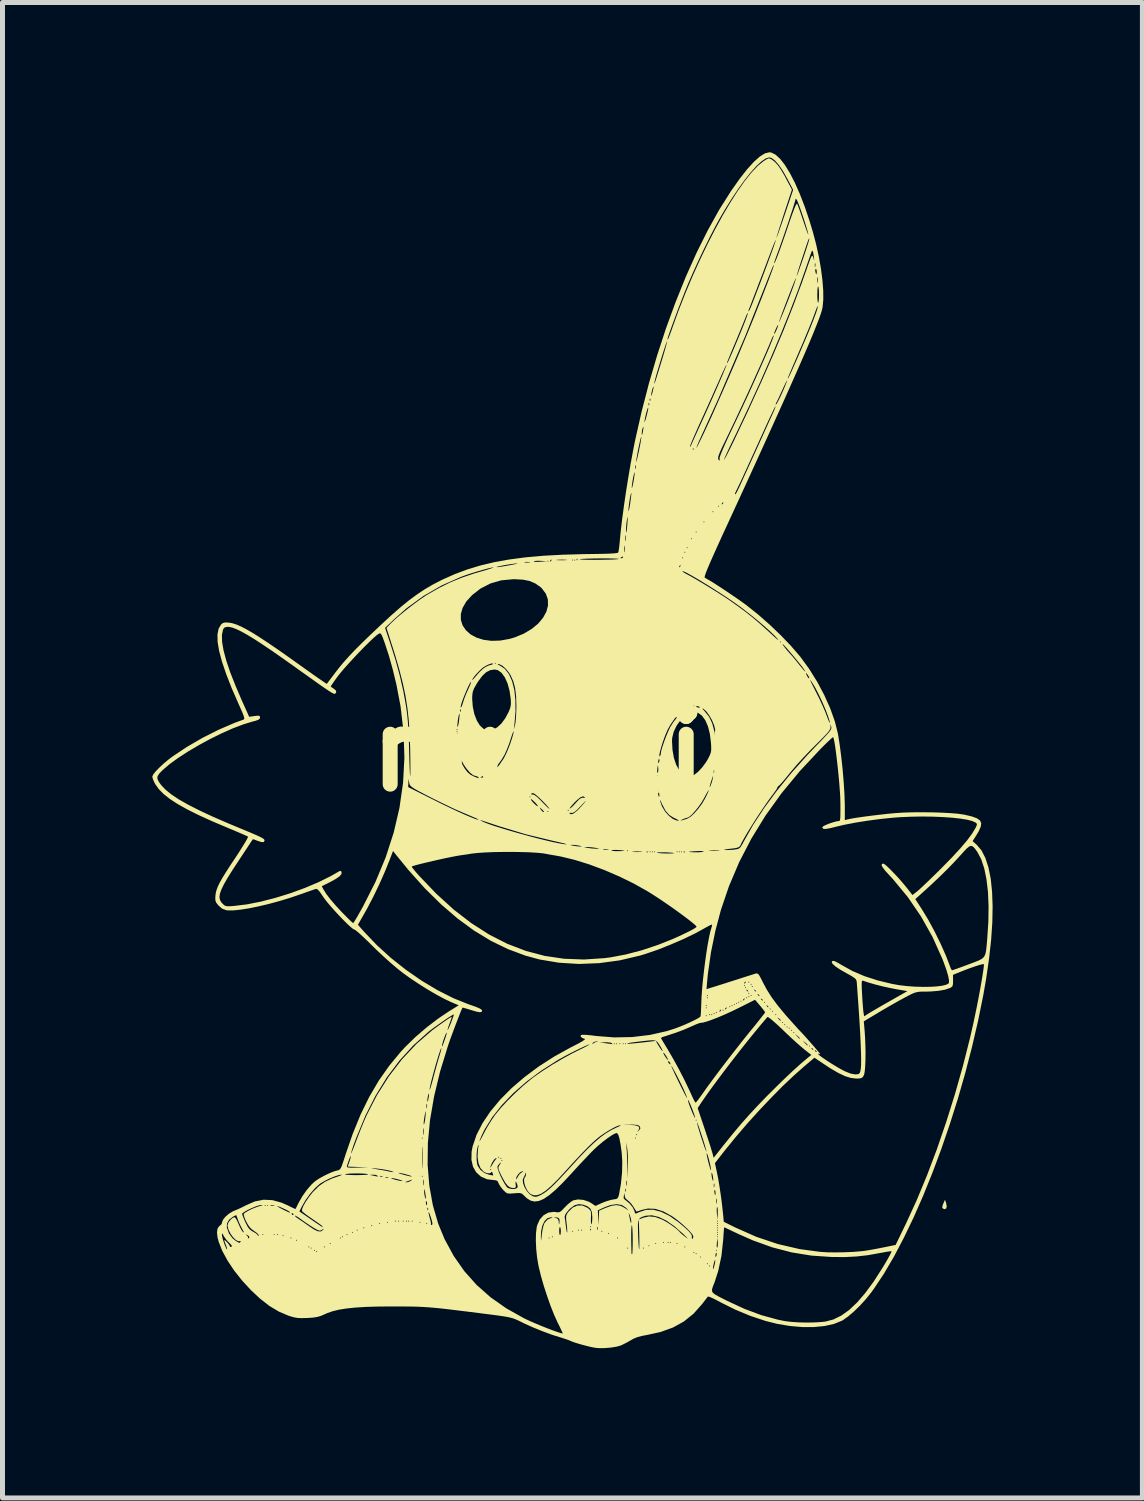
<source format=kicad_pcb>
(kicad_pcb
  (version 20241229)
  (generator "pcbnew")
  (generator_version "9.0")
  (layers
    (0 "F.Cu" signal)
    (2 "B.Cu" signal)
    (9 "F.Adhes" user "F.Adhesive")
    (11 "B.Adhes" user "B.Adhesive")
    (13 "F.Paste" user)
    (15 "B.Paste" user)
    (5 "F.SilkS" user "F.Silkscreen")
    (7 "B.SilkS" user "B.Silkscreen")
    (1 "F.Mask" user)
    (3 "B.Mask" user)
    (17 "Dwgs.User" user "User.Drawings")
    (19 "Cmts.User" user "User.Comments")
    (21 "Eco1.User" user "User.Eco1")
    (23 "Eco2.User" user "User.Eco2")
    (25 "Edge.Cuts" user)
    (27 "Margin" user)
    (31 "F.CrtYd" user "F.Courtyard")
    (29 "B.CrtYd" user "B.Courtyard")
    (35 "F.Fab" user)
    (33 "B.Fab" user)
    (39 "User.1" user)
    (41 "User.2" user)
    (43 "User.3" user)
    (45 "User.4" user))
  (footprint "mudkip"
    (layer "F.Cu")
    (at 8.407 11.976)
    (property "Reference" "mudkip" (at 0 0 0) (layer "F.SilkS") (effects (font (size 1.5 1.5) (thickness 0.3))))
    (attr board_only exclude_from_pos_files exclude_from_bom)
    (fp_poly (pts (xy 7.49 9.065) (xy 7.503 9.133) (xy 7.492 9.177) (xy 7.459 9.19) (xy 7.425 9.176) (xy 7.412 9.152) (xy 7.424 9.105) (xy 7.433 9.081) (xy 7.468 9.002)) (stroke (width 0) (type solid)) (fill yes) (layer "F.SilkS"))
    (fp_poly (pts (xy 3.987 -11.972) (xy 4.074 -11.929) (xy 4.167 -11.845) (xy 4.263 -11.721) (xy 4.361 -11.561) (xy 4.461 -11.368) (xy 4.56 -11.143) (xy 4.658 -10.891) (xy 4.752 -10.613) (xy 4.824 -10.375) (xy 4.889 -10.127) (xy 4.943 -9.88) (xy 4.985 -9.639) (xy 5.014 -9.413) (xy 5.03 -9.206) (xy 5.031 -9.025) (xy 5.017 -8.877) (xy 5.006 -8.823) (xy 4.983 -8.747) (xy 4.946 -8.642) (xy 4.893 -8.507) (xy 4.826 -8.34) (xy 4.743 -8.142) (xy 4.644 -7.912) (xy 4.528 -7.647) (xy 4.396 -7.349) (xy 4.247 -7.015) (xy 4.08 -6.645) (xy 3.896 -6.238) (xy 3.694 -5.794) (xy 3.473 -5.311) (xy 3.233 -4.789) (xy 3.104 -4.509) (xy 2.991 -4.264) (xy 2.897 -4.057) (xy 2.82 -3.885) (xy 2.759 -3.747) (xy 2.713 -3.638) (xy 2.681 -3.558) (xy 2.662 -3.502) (xy 2.654 -3.47) (xy 2.657 -3.457) (xy 2.697 -3.433) (xy 2.752 -3.402) (xy 2.754 -3.401) (xy 2.808 -3.369) (xy 2.891 -3.316) (xy 2.994 -3.249) (xy 3.107 -3.174) (xy 3.223 -3.095) (xy 3.333 -3.02) (xy 3.427 -2.953) (xy 3.495 -2.903) (xy 3.726 -2.719) (xy 3.956 -2.517) (xy 4.177 -2.306) (xy 4.378 -2.097) (xy 4.55 -1.898) (xy 4.568 -1.877) (xy 4.745 -1.635) (xy 4.907 -1.375) (xy 5.05 -1.107) (xy 5.17 -0.839) (xy 5.262 -0.58) (xy 5.323 -0.338) (xy 5.326 -0.322) (xy 5.36 -0.107) (xy 5.391 0.132) (xy 5.418 0.382) (xy 5.439 0.63) (xy 5.454 0.863) (xy 5.461 1.067) (xy 5.462 1.109) (xy 5.462 1.399) (xy 5.524 1.383) (xy 5.6 1.367) (xy 5.711 1.349) (xy 5.848 1.329) (xy 6.002 1.309) (xy 6.162 1.29) (xy 6.32 1.272) (xy 6.466 1.259) (xy 6.488 1.257) (xy 6.647 1.247) (xy 6.826 1.242) (xy 7.018 1.241) (xy 7.212 1.243) (xy 7.4 1.249) (xy 7.572 1.258) (xy 7.721 1.27) (xy 7.835 1.286) (xy 7.858 1.29) (xy 8.003 1.324) (xy 8.106 1.361) (xy 8.169 1.405) (xy 8.194 1.46) (xy 8.184 1.532) (xy 8.142 1.625) (xy 8.089 1.713) (xy 8.021 1.819) (xy 8.101 1.89) (xy 8.197 2.002) (xy 8.276 2.154) (xy 8.338 2.344) (xy 8.384 2.57) (xy 8.411 2.83) (xy 8.422 3.123) (xy 8.416 3.447) (xy 8.392 3.799) (xy 8.35 4.178) (xy 8.291 4.583) (xy 8.236 4.9) (xy 8.131 5.417) (xy 8.01 5.938) (xy 7.875 6.459) (xy 7.727 6.975) (xy 7.566 7.484) (xy 7.396 7.98) (xy 7.217 8.46) (xy 7.031 8.921) (xy 6.839 9.357) (xy 6.643 9.765) (xy 6.445 10.142) (xy 6.245 10.483) (xy 6.045 10.783) (xy 5.99 10.859) (xy 5.885 10.99) (xy 5.768 11.119) (xy 5.646 11.238) (xy 5.529 11.338) (xy 5.426 11.411) (xy 5.401 11.425) (xy 5.245 11.488) (xy 5.057 11.53) (xy 4.842 11.551) (xy 4.608 11.551) (xy 4.361 11.529) (xy 4.108 11.487) (xy 3.877 11.429) (xy 3.573 11.328) (xy 3.269 11.202) (xy 2.985 11.061) (xy 2.973 11.054) (xy 2.881 11.005) (xy 2.802 10.967) (xy 2.746 10.944) (xy 2.72 10.94) (xy 2.72 10.94) (xy 2.7 10.966) (xy 2.66 11.017) (xy 2.61 11.083) (xy 2.602 11.093) (xy 2.433 11.283) (xy 2.241 11.438) (xy 2.023 11.559) (xy 1.775 11.649) (xy 1.521 11.705) (xy 1.395 11.729) (xy 1.301 11.755) (xy 1.224 11.787) (xy 1.18 11.813) (xy 1.096 11.861) (xy 1.008 11.905) (xy 0.967 11.923) (xy 0.885 11.945) (xy 0.775 11.962) (xy 0.655 11.972) (xy 0.541 11.973) (xy 0.461 11.966) (xy 0.384 11.951) (xy 0.288 11.928) (xy 0.186 11.901) (xy 0.091 11.873) (xy 0.015 11.848) (xy -0.022 11.832) (xy -0.071 11.812) (xy -0.148 11.785) (xy -0.237 11.757) (xy -0.247 11.754) (xy -0.408 11.703) (xy -0.592 11.635) (xy -0.781 11.558) (xy -0.959 11.478) (xy -1.032 11.442) (xy -1.085 11.416) (xy -1.133 11.395) (xy -1.181 11.377) (xy -1.236 11.362) (xy -1.304 11.347) (xy -1.391 11.333) (xy -1.504 11.317) (xy -1.649 11.298) (xy -1.833 11.275) (xy -1.835 11.274) (xy -2.085 11.243) (xy -2.296 11.217) (xy -2.475 11.195) (xy -2.628 11.178) (xy -2.761 11.165) (xy -2.88 11.155) (xy -2.991 11.148) (xy -3.102 11.143) (xy -3.217 11.14) (xy -3.343 11.139) (xy -3.486 11.138) (xy -3.585 11.138) (xy -3.875 11.14) (xy -4.123 11.147) (xy -4.336 11.16) (xy -4.517 11.179) (xy -4.67 11.203) (xy -4.799 11.235) (xy -4.909 11.274) (xy -4.945 11.29) (xy -5.027 11.326) (xy -5.101 11.348) (xy -5.185 11.361) (xy -5.295 11.369) (xy -5.306 11.369) (xy -5.417 11.372) (xy -5.5 11.368) (xy -5.574 11.355) (xy -5.656 11.331) (xy -5.682 11.322) (xy -5.873 11.241) (xy -6.06 11.129) (xy -6.249 10.982) (xy -6.43 10.813) (xy -6.608 10.62) (xy -6.766 10.421) (xy -6.9 10.22) (xy -7 10.036) (xy -5.125 10.036) (xy -5.114 10.048) (xy -5.102 10.036) (xy -5.114 10.025) (xy -5.125 10.036) (xy -7 10.036) (xy -7.005 10.026) (xy -7.01 10.014) (xy -5.17 10.014) (xy -5.159 10.025) (xy -5.147 10.014) (xy -5.159 10.003) (xy -5.17 10.014) (xy -7.01 10.014) (xy -7.077 9.845) (xy -7.1 9.758) (xy -7.106 9.704) (xy -7.013 9.704) (xy -7.006 9.745) (xy -6.99 9.806) (xy -6.968 9.874) (xy -6.944 9.936) (xy -6.923 9.982) (xy -6.91 9.997) (xy -6.909 9.996) (xy -6.911 9.972) (xy -6.912 9.969) (xy -5.237 9.969) (xy -5.226 9.98) (xy -5.215 9.969) (xy -5.226 9.958) (xy -5.237 9.969) (xy -6.912 9.969) (xy -6.927 9.922) (xy -6.934 9.906) (xy -6.96 9.838) (xy -6.965 9.809) (xy -6.947 9.816) (xy -6.906 9.856) (xy -6.869 9.902) (xy -6.85 9.934) (xy -6.85 9.94) (xy -6.838 9.948) (xy -6.834 9.946) (xy -5.282 9.946) (xy -5.271 9.958) (xy -5.26 9.946) (xy -4.968 9.946) (xy -4.956 9.958) (xy -4.945 9.946) (xy -4.956 9.935) (xy -4.968 9.946) (xy -5.26 9.946) (xy -5.271 9.935) (xy -5.282 9.946) (xy -6.834 9.946) (xy -6.823 9.944) (xy -6.812 9.928) (xy -6.834 9.896) (xy -6.852 9.879) (xy -4.855 9.879) (xy -4.844 9.89) (xy -4.833 9.879) (xy -4.844 9.868) (xy -4.855 9.879) (xy -6.852 9.879) (xy -6.865 9.866) (xy -6.922 9.806) (xy -6.969 9.74) (xy -6.976 9.728) (xy -6.999 9.684) (xy -7.01 9.679) (xy -7.013 9.704) (xy -7.106 9.704) (xy -7.112 9.654) (xy -7.099 9.574) (xy -7.087 9.559) (xy -6.914 9.559) (xy -6.874 9.671) (xy -6.805 9.768) (xy -6.738 9.823) (xy -6.687 9.854) (xy -6.663 9.865) (xy -6.65 9.858) (xy -6.64 9.842) (xy -6.637 9.826) (xy -6.646 9.829) (xy -6.688 9.832) (xy -6.722 9.812) (xy -5.53 9.812) (xy -5.518 9.823) (xy -5.507 9.812) (xy -5.518 9.8) (xy -5.53 9.812) (xy -6.722 9.812) (xy -6.74 9.801) (xy -6.794 9.747) (xy -6.831 9.695) (xy -6.535 9.695) (xy -6.531 9.702) (xy -6.513 9.717) (xy -6.488 9.747) (xy -6.489 9.763) (xy -6.493 9.777) (xy -6.49 9.778) (xy -6.474 9.767) (xy -5.642 9.767) (xy -5.631 9.778) (xy -5.619 9.767) (xy -4.653 9.767) (xy -4.642 9.778) (xy -4.63 9.767) (xy -4.642 9.755) (xy -4.653 9.767) (xy -5.619 9.767) (xy -5.631 9.755) (xy -5.642 9.767) (xy -6.474 9.767) (xy -6.467 9.762) (xy -6.463 9.757) (xy -6.467 9.744) (xy -4.608 9.744) (xy -4.597 9.755) (xy -4.585 9.744) (xy -4.597 9.733) (xy -4.608 9.744) (xy -6.467 9.744) (xy -6.47 9.732) (xy -6.501 9.71) (xy -6.535 9.695) (xy -6.831 9.695) (xy -6.843 9.677) (xy -6.881 9.601) (xy -6.899 9.528) (xy -6.9 9.513) (xy -6.885 9.463) (xy -6.847 9.409) (xy -6.8 9.366) (xy -6.761 9.351) (xy -6.738 9.37) (xy -6.708 9.421) (xy -6.68 9.484) (xy -6.647 9.559) (xy -6.614 9.619) (xy -6.591 9.647) (xy -6.573 9.658) (xy -6.578 9.638) (xy -6.601 9.598) (xy -6.638 9.527) (xy -6.676 9.442) (xy -6.687 9.413) (xy -6.726 9.308) (xy -6.791 9.341) (xy -6.87 9.402) (xy -6.912 9.479) (xy -6.914 9.559) (xy -7.087 9.559) (xy -7.062 9.524) (xy -7.047 9.516) (xy -7.018 9.486) (xy -7.013 9.462) (xy -6.994 9.407) (xy -6.945 9.344) (xy -6.876 9.284) (xy -6.875 9.283) (xy -6.608 9.283) (xy -6.6 9.314) (xy -6.577 9.373) (xy -6.544 9.448) (xy -6.543 9.451) (xy -6.501 9.535) (xy -6.461 9.59) (xy -6.412 9.628) (xy -6.386 9.642) (xy -6.331 9.675) (xy -6.298 9.705) (xy -6.294 9.715) (xy -6.284 9.728) (xy -6.277 9.723) (xy -6.277 9.722) (xy -5.799 9.722) (xy -5.788 9.733) (xy -5.777 9.722) (xy -5.788 9.71) (xy -5.799 9.722) (xy -6.277 9.722) (xy -6.28 9.7) (xy -6.281 9.699) (xy -6.204 9.699) (xy -6.193 9.71) (xy -6.181 9.699) (xy -5.979 9.699) (xy -5.968 9.71) (xy -5.957 9.699) (xy -5.912 9.699) (xy -5.9 9.71) (xy -5.889 9.699) (xy -4.518 9.699) (xy -4.507 9.71) (xy -4.496 9.699) (xy -4.507 9.688) (xy -4.518 9.699) (xy -5.889 9.699) (xy -5.9 9.688) (xy -5.912 9.699) (xy -5.957 9.699) (xy -5.968 9.688) (xy -5.979 9.699) (xy -6.181 9.699) (xy -6.193 9.688) (xy -6.204 9.699) (xy -6.281 9.699) (xy -6.31 9.669) (xy -6.33 9.654) (xy -4.406 9.654) (xy -4.394 9.665) (xy -4.383 9.654) (xy -4.394 9.643) (xy -4.406 9.654) (xy -6.33 9.654) (xy -6.366 9.628) (xy -6.419 9.589) (xy -6.457 9.55) (xy -6.498 9.489) (xy -6.536 9.418) (xy -6.564 9.35) (xy -6.571 9.321) (xy -5.552 9.321) (xy -5.535 9.344) (xy -5.493 9.376) (xy -5.49 9.377) (xy -5.443 9.408) (xy -5.373 9.456) (xy -5.292 9.513) (xy -5.271 9.528) (xy -5.171 9.595) (xy -5.096 9.631) (xy -5.042 9.638) (xy -5.001 9.618) (xy -4.993 9.609) (xy -4.316 9.609) (xy -4.305 9.621) (xy -4.293 9.609) (xy -4.305 9.598) (xy -4.316 9.609) (xy -4.993 9.609) (xy -4.988 9.604) (xy -4.97 9.578) (xy -4.98 9.584) (xy -4.99 9.592) (xy -5.035 9.617) (xy -5.057 9.621) (xy -5.097 9.607) (xy -5.167 9.569) (xy -5.174 9.564) (xy -4.181 9.564) (xy -4.17 9.576) (xy -4.158 9.564) (xy -4.17 9.553) (xy -4.181 9.564) (xy -5.174 9.564) (xy -5.261 9.509) (xy -5.374 9.432) (xy -5.445 9.38) (xy -5.502 9.342) (xy -5.54 9.321) (xy -5.552 9.321) (xy -6.571 9.321) (xy -6.576 9.299) (xy -6.574 9.282) (xy -5.619 9.282) (xy -5.603 9.305) (xy -5.597 9.306) (xy -5.575 9.298) (xy -5.575 9.296) (xy -5.59 9.277) (xy -5.597 9.272) (xy -5.618 9.274) (xy -5.619 9.282) (xy -6.574 9.282) (xy -6.574 9.281) (xy -6.543 9.256) (xy -6.483 9.221) (xy -6.407 9.184) (xy -6.328 9.152) (xy -6.26 9.129) (xy -6.255 9.128) (xy -6.251 9.127) (xy -5.908 9.127) (xy -5.9 9.136) (xy -5.862 9.159) (xy -5.808 9.188) (xy -5.748 9.218) (xy -5.694 9.243) (xy -5.659 9.258) (xy -5.653 9.259) (xy -5.649 9.25) (xy -5.664 9.237) (xy -5.668 9.235) (xy -5.461 9.235) (xy -5.231 9.393) (xy -5.131 9.462) (xy -5.062 9.508) (xy -5.02 9.536) (xy -4.998 9.547) (xy -4.993 9.546) (xy -4.999 9.535) (xy -5 9.533) (xy -5.015 9.519) (xy -4.024 9.519) (xy -4.012 9.531) (xy -4.001 9.519) (xy -4.012 9.508) (xy -4.024 9.519) (xy -5.015 9.519) (xy -5.023 9.512) (xy -5.074 9.474) (xy -3.866 9.474) (xy -3.855 9.486) (xy -3.844 9.474) (xy -2.922 9.474) (xy -2.911 9.486) (xy -2.9 9.474) (xy -2.911 9.463) (xy -2.922 9.474) (xy -3.844 9.474) (xy -3.855 9.463) (xy -3.866 9.474) (xy -5.074 9.474) (xy -5.075 9.474) (xy -5.106 9.452) (xy -3.709 9.452) (xy -3.698 9.463) (xy -3.686 9.452) (xy -3.057 9.452) (xy -3.046 9.463) (xy -3.035 9.452) (xy -3.046 9.441) (xy -3.057 9.452) (xy -3.686 9.452) (xy -3.698 9.441) (xy -3.709 9.452) (xy -5.106 9.452) (xy -5.138 9.429) (xy -3.552 9.429) (xy -3.54 9.441) (xy -3.529 9.429) (xy -3.484 9.429) (xy -3.473 9.441) (xy -3.462 9.429) (xy -3.394 9.429) (xy -3.383 9.441) (xy -3.372 9.429) (xy -3.327 9.429) (xy -3.315 9.441) (xy -3.304 9.429) (xy -3.282 9.429) (xy -3.271 9.441) (xy -3.259 9.429) (xy -3.214 9.429) (xy -3.203 9.441) (xy -3.192 9.429) (xy -3.203 9.418) (xy -3.214 9.429) (xy -3.259 9.429) (xy -3.271 9.418) (xy -3.282 9.429) (xy -3.304 9.429) (xy -3.315 9.418) (xy -3.327 9.429) (xy -3.372 9.429) (xy -3.383 9.418) (xy -3.394 9.429) (xy -3.462 9.429) (xy -3.473 9.418) (xy -3.484 9.429) (xy -3.529 9.429) (xy -3.54 9.418) (xy -3.552 9.429) (xy -5.138 9.429) (xy -5.148 9.423) (xy -5.205 9.384) (xy -5.287 9.327) (xy -5.354 9.277) (xy -5.384 9.252) (xy -2.876 9.252) (xy -2.87 9.286) (xy -2.856 9.347) (xy -2.846 9.38) (xy -2.83 9.443) (xy -2.825 9.486) (xy -2.827 9.496) (xy -2.822 9.507) (xy -2.813 9.508) (xy -2.796 9.49) (xy -2.802 9.446) (xy -2.819 9.384) (xy -2.839 9.323) (xy -2.858 9.274) (xy -2.872 9.249) (xy -2.876 9.252) (xy -5.384 9.252) (xy -5.398 9.24) (xy -5.41 9.226) (xy -5.406 9.184) (xy -5.404 9.18) (xy -2.898 9.18) (xy -2.894 9.209) (xy -2.886 9.21) (xy -2.881 9.18) (xy -2.884 9.167) (xy -2.894 9.158) (xy -2.898 9.18) (xy -5.404 9.18) (xy -5.378 9.118) (xy -5.331 9.036) (xy -5.328 9.032) (xy -2.93 9.032) (xy -2.926 9.072) (xy -2.926 9.074) (xy -2.916 9.112) (xy -2.907 9.107) (xy -2.904 9.096) (xy -2.907 9.05) (xy -2.917 9.032) (xy -2.93 9.032) (xy -5.328 9.032) (xy -5.271 8.948) (xy -5.203 8.862) (xy -5.182 8.838) (xy -5.146 8.803) (xy -2.965 8.803) (xy -2.963 8.849) (xy -2.956 8.904) (xy -2.946 8.952) (xy -2.936 8.981) (xy -2.93 8.98) (xy -2.929 8.946) (xy -2.937 8.886) (xy -2.942 8.856) (xy -2.954 8.807) (xy -2.962 8.792) (xy -2.965 8.803) (xy -5.146 8.803) (xy -5.067 8.725) (xy -4.965 8.654) (xy -2.983 8.654) (xy -2.982 8.703) (xy -2.977 8.716) (xy -2.974 8.705) (xy -2.97 8.639) (xy -2.974 8.603) (xy -2.979 8.593) (xy -2.983 8.621) (xy -2.983 8.654) (xy -4.965 8.654) (xy -4.952 8.645) (xy -3.337 8.645) (xy -3.332 8.651) (xy -3.314 8.652) (xy -3.261 8.64) (xy -3.224 8.619) (xy -3.202 8.598) (xy -3.21 8.599) (xy -3.254 8.616) (xy -3.3 8.632) (xy -3.337 8.645) (xy -4.952 8.645) (xy -4.948 8.642) (xy -4.81 8.577) (xy -4.795 8.572) (xy -3.623 8.572) (xy -3.595 8.584) (xy -3.547 8.599) (xy -3.49 8.613) (xy -3.438 8.624) (xy -3.405 8.627) (xy -3.399 8.622) (xy -3.43 8.609) (xy -3.473 8.596) (xy -3.544 8.578) (xy -3.6 8.568) (xy -3.619 8.567) (xy -3.623 8.572) (xy -4.795 8.572) (xy -4.753 8.557) (xy -3.74 8.557) (xy -3.709 8.561) (xy -3.677 8.557) (xy -3.681 8.549) (xy -3.727 8.546) (xy -3.737 8.549) (xy -3.74 8.557) (xy -4.753 8.557) (xy -4.732 8.55) (xy -4.662 8.526) (xy -4.619 8.507) (xy -4.609 8.498) (xy -4.613 8.498) (xy -4.673 8.507) (xy -4.759 8.535) (xy -4.857 8.576) (xy -4.954 8.624) (xy -5.037 8.673) (xy -5.056 8.686) (xy -5.149 8.77) (xy -5.247 8.883) (xy -5.34 9.012) (xy -5.414 9.141) (xy -5.461 9.235) (xy -5.668 9.235) (xy -5.705 9.213) (xy -5.765 9.184) (xy -5.829 9.155) (xy -5.882 9.134) (xy -5.908 9.127) (xy -6.251 9.127) (xy -6.207 9.115) (xy -6.207 9.115) (xy -6.159 9.115) (xy -6.148 9.126) (xy -6.136 9.115) (xy -6.114 9.115) (xy -6.103 9.126) (xy -6.094 9.117) (xy -6.048 9.117) (xy -6.017 9.121) (xy -6.002 9.121) (xy -5.961 9.118) (xy -5.956 9.113) (xy -5.962 9.111) (xy -6.019 9.107) (xy -6.041 9.111) (xy -6.048 9.117) (xy -6.094 9.117) (xy -6.092 9.115) (xy -6.103 9.104) (xy -6.114 9.115) (xy -6.136 9.115) (xy -6.148 9.104) (xy -6.159 9.115) (xy -6.207 9.115) (xy -6.202 9.108) (xy -6.227 9.106) (xy -6.272 9.114) (xy -6.339 9.136) (xy -6.417 9.169) (xy -6.494 9.205) (xy -6.558 9.241) (xy -6.6 9.27) (xy -6.608 9.283) (xy -6.875 9.283) (xy -6.798 9.236) (xy -6.77 9.224) (xy -6.692 9.191) (xy -6.598 9.147) (xy -6.53 9.112) (xy -6.353 9.035) (xy -6.178 9.001) (xy -6.003 9.009) (xy -5.82 9.059) (xy -5.692 9.115) (xy -5.62 9.151) (xy -5.566 9.176) (xy -5.54 9.187) (xy -5.539 9.187) (xy -5.528 9.166) (xy -5.503 9.116) (xy -5.475 9.059) (xy -5.401 8.93) (xy -5.311 8.803) (xy -5.215 8.693) (xy -5.147 8.631) (xy -5.069 8.578) (xy -4.969 8.523) (xy -4.904 8.491) (xy -4.548 8.491) (xy -4.532 8.498) (xy -4.479 8.503) (xy -4.398 8.507) (xy -4.316 8.508) (xy -4.219 8.506) (xy -4.142 8.503) (xy -4.057 8.503) (xy -3.979 8.519) (xy -3.925 8.531) (xy -3.895 8.538) (xy -3.893 8.539) (xy -3.894 8.535) (xy -3.852 8.535) (xy -3.821 8.538) (xy -3.789 8.535) (xy -3.793 8.527) (xy -3.839 8.524) (xy -3.849 8.527) (xy -3.852 8.535) (xy -3.894 8.535) (xy -3.895 8.527) (xy -3.9 8.519) (xy -3.93 8.504) (xy -3.983 8.5) (xy -3.986 8.5) (xy -4.057 8.503) (xy -4.142 8.503) (xy -4.142 8.503) (xy -4.094 8.497) (xy -4.083 8.491) (xy -4.109 8.484) (xy -4.169 8.478) (xy -4.254 8.475) (xy -4.316 8.474) (xy -4.411 8.476) (xy -4.488 8.48) (xy -4.537 8.486) (xy -4.548 8.491) (xy -4.904 8.491) (xy -4.863 8.472) (xy -4.843 8.463) (xy -3.48 8.463) (xy -3.462 8.473) (xy -3.408 8.491) (xy -3.394 8.495) (xy -3.315 8.516) (xy -3.253 8.531) (xy -3.215 8.536) (xy -3.207 8.534) (xy -3.214 8.53) (xy -3.012 8.53) (xy -3.001 8.542) (xy -2.99 8.53) (xy -3.001 8.519) (xy -3.012 8.53) (xy -3.214 8.53) (xy -3.232 8.522) (xy -3.28 8.506) (xy -3.362 8.483) (xy -3.442 8.466) (xy -3.46 8.464) (xy -3.48 8.463) (xy -4.843 8.463) (xy -4.766 8.433) (xy -4.705 8.416) (xy -4.676 8.409) (xy -4.654 8.396) (xy -4.633 8.369) (xy -4.633 8.369) (xy -4.021 8.369) (xy -4.007 8.373) (xy -3.951 8.383) (xy -3.878 8.396) (xy -3.786 8.411) (xy -3.711 8.425) (xy -3.663 8.436) (xy -3.653 8.438) (xy -3.613 8.446) (xy -3.585 8.447) (xy -3.58 8.442) (xy -3.612 8.43) (xy -3.664 8.416) (xy -3.758 8.397) (xy -3.867 8.381) (xy -3.934 8.374) (xy -3.996 8.369) (xy -4.021 8.369) (xy -4.633 8.369) (xy -4.617 8.334) (xy -4.511 8.334) (xy -4.506 8.349) (xy -4.481 8.356) (xy -4.431 8.359) (xy -4.346 8.358) (xy -4.3 8.357) (xy -4.08 8.352) (xy -4.286 8.345) (xy -4.493 8.338) (xy -4.461 8.246) (xy -4.441 8.183) (xy -4.433 8.148) (xy -3.003 8.148) (xy -3.003 8.255) (xy -3.001 8.329) (xy -3 8.369) (xy -2.998 8.369) (xy -2.995 8.335) (xy -2.993 8.221) (xy -2.993 8.091) (xy -2.995 7.975) (xy -2.998 7.934) (xy -3 7.936) (xy -3.002 7.975) (xy -3.003 8.051) (xy -3.003 8.148) (xy -4.433 8.148) (xy -4.43 8.137) (xy -4.43 8.129) (xy -4.437 8.131) (xy -4.454 8.168) (xy -4.478 8.231) (xy -4.505 8.311) (xy -4.511 8.334) (xy -4.617 8.334) (xy -4.612 8.323) (xy -4.586 8.249) (xy -4.551 8.142) (xy -4.54 8.107) (xy -4.53 8.076) (xy -4.427 8.076) (xy -4.42 8.066) (xy -4.4 8.021) (xy -4.37 7.947) (xy -4.333 7.85) (xy -4.319 7.811) (xy -4.302 7.766) (xy -3.012 7.766) (xy -3.001 7.777) (xy -2.99 7.766) (xy -3.001 7.755) (xy -3.012 7.766) (xy -4.302 7.766) (xy -4.268 7.679) (xy -4.249 7.631) (xy -2.983 7.631) (xy -2.982 7.685) (xy -2.978 7.704) (xy -2.974 7.693) (xy -2.97 7.632) (xy -2.973 7.581) (xy -2.979 7.565) (xy -2.982 7.59) (xy -2.983 7.631) (xy -4.249 7.631) (xy -4.212 7.538) (xy -4.19 7.486) (xy -2.972 7.486) (xy -2.966 7.492) (xy -2.955 7.461) (xy -2.944 7.4) (xy -2.937 7.339) (xy -2.931 7.264) (xy -2.931 7.231) (xy -2.937 7.24) (xy -2.948 7.29) (xy -2.963 7.378) (xy -2.963 7.38) (xy -2.971 7.445) (xy -2.972 7.486) (xy -4.19 7.486) (xy -4.157 7.406) (xy -4.112 7.305) (xy -4.02 7.125) (xy -2.917 7.125) (xy -2.915 7.166) (xy -2.909 7.171) (xy -2.907 7.165) (xy -2.903 7.108) (xy -2.907 7.086) (xy -2.913 7.079) (xy -2.917 7.11) (xy -2.917 7.125) (xy -4.02 7.125) (xy -3.964 7.017) (xy -2.899 7.017) (xy -2.895 7.036) (xy -2.891 7.034) (xy -2.883 7.008) (xy -2.873 6.954) (xy -2.869 6.934) (xy -2.864 6.884) (xy -2.868 6.875) (xy -2.876 6.889) (xy -2.888 6.929) (xy -2.896 6.977) (xy -2.899 7.017) (xy -3.964 7.017) (xy -3.905 6.903) (xy -3.838 6.798) (xy -2.854 6.798) (xy -2.848 6.795) (xy -2.834 6.755) (xy -2.813 6.684) (xy -2.786 6.588) (xy -2.777 6.552) (xy -2.744 6.428) (xy -2.71 6.304) (xy -2.679 6.195) (xy -2.655 6.116) (xy -2.655 6.115) (xy -2.633 6.041) (xy -2.62 5.986) (xy -2.617 5.962) (xy -2.617 5.962) (xy -2.628 5.977) (xy -2.647 6.028) (xy -2.673 6.106) (xy -2.703 6.205) (xy -2.736 6.316) (xy -2.768 6.432) (xy -2.798 6.545) (xy -2.824 6.646) (xy -2.843 6.728) (xy -2.853 6.784) (xy -2.854 6.798) (xy -3.838 6.798) (xy -3.669 6.531) (xy -3.406 6.189) (xy -3.154 5.921) (xy -2.606 5.921) (xy -2.603 5.931) (xy -2.596 5.922) (xy -2.582 5.887) (xy -2.558 5.82) (xy -2.536 5.755) (xy -2.517 5.694) (xy -2.51 5.658) (xy -2.514 5.654) (xy -2.533 5.688) (xy -2.557 5.749) (xy -2.581 5.819) (xy -2.599 5.882) (xy -2.606 5.921) (xy -3.154 5.921) (xy -3.118 5.882) (xy -2.807 5.612) (xy -2.675 5.514) (xy -2.582 5.449) (xy -2.503 5.394) (xy -2.445 5.356) (xy -2.414 5.338) (xy -2.41 5.337) (xy -2.414 5.36) (xy -2.431 5.411) (xy -2.449 5.46) (xy -2.475 5.529) (xy -2.491 5.583) (xy -2.494 5.603) (xy -2.487 5.597) (xy -2.467 5.557) (xy -2.438 5.49) (xy -2.427 5.463) (xy -2.398 5.385) (xy -2.376 5.324) (xy -2.368 5.292) (xy -2.368 5.289) (xy -2.389 5.298) (xy -2.437 5.328) (xy -2.507 5.373) (xy -2.589 5.429) (xy -2.676 5.49) (xy -2.759 5.549) (xy -2.832 5.603) (xy -2.877 5.638) (xy -3.18 5.911) (xy -3.457 6.214) (xy -3.709 6.549) (xy -3.936 6.917) (xy -4.141 7.321) (xy -4.324 7.764) (xy -4.352 7.84) (xy -4.385 7.932) (xy -4.41 8.009) (xy -4.425 8.061) (xy -4.427 8.076) (xy -4.53 8.076) (xy -4.393 7.681) (xy -4.235 7.294) (xy -4.062 6.941) (xy -3.872 6.617) (xy -3.662 6.318) (xy -3.43 6.037) (xy -3.337 5.937) (xy -3.137 5.742) (xy -2.913 5.55) (xy -2.68 5.372) (xy -2.475 5.234) (xy -2.27 5.107) (xy -2.422 5.043) (xy -2.557 4.979) (xy -2.717 4.893) (xy -2.892 4.791) (xy -3.071 4.678) (xy -3.245 4.562) (xy -3.387 4.46) (xy -3.502 4.369) (xy -3.636 4.255) (xy -3.779 4.126) (xy -3.921 3.993) (xy -3.99 3.925) (xy -4.091 3.825) (xy -4.183 3.738) (xy -4.26 3.667) (xy -4.318 3.618) (xy -4.35 3.594) (xy -4.355 3.593) (xy -4.383 3.58) (xy -4.435 3.538) (xy -4.483 3.494) (xy -4.289 3.494) (xy -4.163 3.637) (xy -3.91 3.902) (xy -3.63 4.157) (xy -3.329 4.395) (xy -3.015 4.613) (xy -2.695 4.804) (xy -2.377 4.965) (xy -2.068 5.089) (xy -2.037 5.099) (xy -1.924 5.139) (xy -1.85 5.171) (xy -1.811 5.196) (xy -1.801 5.22) (xy -1.813 5.238) (xy -1.845 5.246) (xy -1.911 5.235) (xy -2.013 5.205) (xy -2.094 5.18) (xy -2.157 5.162) (xy -2.191 5.154) (xy -2.194 5.154) (xy -2.207 5.18) (xy -2.233 5.241) (xy -2.267 5.328) (xy -2.308 5.434) (xy -2.353 5.551) (xy -2.397 5.671) (xy -2.44 5.787) (xy -2.476 5.89) (xy -2.487 5.923) (xy -2.644 6.435) (xy -2.763 6.929) (xy -2.845 7.405) (xy -2.888 7.861) (xy -2.893 8.298) (xy -2.86 8.714) (xy -2.789 9.109) (xy -2.681 9.481) (xy -2.553 9.791) (xy -2.371 10.126) (xy -2.158 10.431) (xy -1.912 10.707) (xy -1.632 10.955) (xy -1.316 11.177) (xy -0.964 11.374) (xy -0.914 11.398) (xy -0.822 11.441) (xy -0.714 11.487) (xy -0.599 11.535) (xy -0.485 11.58) (xy -0.379 11.62) (xy -0.289 11.652) (xy -0.223 11.673) (xy -0.189 11.68) (xy -0.186 11.679) (xy -0.194 11.659) (xy -0.218 11.607) (xy -0.254 11.531) (xy -0.29 11.46) (xy -0.357 11.312) (xy -0.429 11.132) (xy -0.499 10.933) (xy -0.534 10.826) (xy 2.801 10.826) (xy 2.817 10.861) (xy 2.856 10.894) (xy 2.924 10.933) (xy 3.023 10.984) (xy 3.102 11.024) (xy 3.451 11.186) (xy 3.788 11.312) (xy 4.118 11.402) (xy 4.26 11.431) (xy 4.383 11.447) (xy 4.534 11.457) (xy 4.698 11.461) (xy 4.86 11.458) (xy 5.003 11.449) (xy 5.079 11.44) (xy 5.236 11.398) (xy 5.392 11.321) (xy 5.549 11.209) (xy 5.707 11.06) (xy 5.87 10.871) (xy 6.038 10.643) (xy 6.212 10.372) (xy 6.264 10.287) (xy 6.318 10.194) (xy 6.361 10.116) (xy 6.39 10.06) (xy 6.399 10.034) (xy 6.399 10.033) (xy 6.374 10.033) (xy 6.315 10.041) (xy 6.232 10.056) (xy 6.167 10.068) (xy 5.928 10.111) (xy 5.7 10.137) (xy 5.465 10.149) (xy 5.204 10.148) (xy 5.204 10.148) (xy 4.795 10.12) (xy 4.4 10.056) (xy 4.011 9.955) (xy 3.621 9.815) (xy 3.329 9.686) (xy 3.228 9.638) (xy 3.142 9.597) (xy 3.08 9.568) (xy 3.048 9.554) (xy 3.046 9.553) (xy 3.043 9.574) (xy 3.038 9.631) (xy 3.032 9.715) (xy 3.026 9.806) (xy 2.991 10.127) (xy 2.927 10.427) (xy 2.853 10.656) (xy 2.823 10.73) (xy 2.805 10.785) (xy 2.801 10.826) (xy -0.534 10.826) (xy -0.566 10.728) (xy -0.623 10.53) (xy -0.657 10.389) (xy 2.821 10.389) (xy 2.829 10.386) (xy 2.83 10.385) (xy 2.845 10.341) (xy 2.86 10.277) (xy 2.863 10.261) (xy 2.868 10.212) (xy 2.863 10.205) (xy 2.858 10.216) (xy 2.842 10.262) (xy 2.83 10.315) (xy 2.822 10.361) (xy 2.821 10.389) (xy -0.657 10.389) (xy -0.667 10.35) (xy -0.671 10.329) (xy 2.742 10.329) (xy 2.754 10.34) (xy 2.765 10.329) (xy 2.754 10.317) (xy 2.742 10.329) (xy -0.671 10.329) (xy -0.676 10.306) (xy -0.68 10.284) (xy 2.697 10.284) (xy 2.709 10.295) (xy 2.72 10.284) (xy 2.709 10.272) (xy 2.697 10.284) (xy -0.68 10.284) (xy -0.702 10.149) (xy 2.562 10.149) (xy 2.574 10.16) (xy 2.585 10.149) (xy 2.577 10.141) (xy 2.869 10.141) (xy 2.881 10.142) (xy 2.882 10.142) (xy 2.896 10.103) (xy 2.895 10.078) (xy 2.887 10.059) (xy 2.877 10.081) (xy 2.873 10.1) (xy 2.869 10.141) (xy 2.577 10.141) (xy 2.574 10.138) (xy 2.562 10.149) (xy -0.702 10.149) (xy -0.702 10.146) (xy -0.719 9.98) (xy -0.719 9.969) (xy 1.101 9.969) (xy 1.113 9.98) (xy 1.124 9.969) (xy 1.113 9.958) (xy 1.101 9.969) (xy -0.719 9.969) (xy -0.726 9.819) (xy -0.724 9.733) (xy -0.625 9.733) (xy -0.624 9.795) (xy -0.622 9.821) (xy -0.619 9.807) (xy -0.614 9.767) (xy -0.472 9.767) (xy -0.461 9.778) (xy -0.45 9.767) (xy 0.899 9.767) (xy 0.91 9.778) (xy 0.922 9.767) (xy 0.91 9.755) (xy 0.899 9.767) (xy -0.45 9.767) (xy -0.461 9.755) (xy -0.472 9.767) (xy -0.614 9.767) (xy -0.612 9.752) (xy -0.611 9.744) (xy -0.405 9.744) (xy -0.393 9.755) (xy -0.382 9.744) (xy -0.393 9.733) (xy -0.405 9.744) (xy -0.611 9.744) (xy -0.606 9.698) (xy -0.595 9.623) (xy -0.258 9.623) (xy -0.255 9.678) (xy -0.245 9.709) (xy -0.242 9.71) (xy -0.23 9.691) (xy -0.229 9.677) (xy 0.719 9.677) (xy 0.731 9.688) (xy 0.742 9.677) (xy 0.737 9.672) (xy 1.184 9.672) (xy 1.184 9.776) (xy 1.184 9.784) (xy 1.186 9.907) (xy 1.188 9.992) (xy 1.189 10.046) (xy 1.191 10.077) (xy 1.194 10.09) (xy 1.198 10.093) (xy 1.203 10.093) (xy 1.205 10.081) (xy 2.473 10.081) (xy 2.484 10.093) (xy 2.495 10.081) (xy 2.484 10.07) (xy 2.473 10.081) (xy 1.205 10.081) (xy 1.207 10.071) (xy 1.208 10.059) (xy 2.428 10.059) (xy 2.439 10.07) (xy 2.45 10.059) (xy 2.439 10.048) (xy 2.428 10.059) (xy 1.208 10.059) (xy 1.21 10.014) (xy 2.877 10.014) (xy 2.888 10.025) (xy 2.9 10.014) (xy 2.888 10.003) (xy 2.877 10.014) (xy 1.21 10.014) (xy 1.21 10.014) (xy 1.213 9.928) (xy 1.214 9.822) (xy 1.214 9.8) (xy 1.213 9.692) (xy 1.209 9.601) (xy 1.204 9.538) (xy 1.198 9.509) (xy 1.197 9.508) (xy 1.191 9.529) (xy 1.186 9.587) (xy 1.184 9.672) (xy 0.737 9.672) (xy 0.731 9.665) (xy 0.719 9.677) (xy -0.229 9.677) (xy -0.225 9.642) (xy -0.225 9.633) (xy -0.229 9.578) (xy -0.24 9.547) (xy -0.242 9.545) (xy -0.252 9.558) (xy -0.258 9.603) (xy -0.258 9.623) (xy -0.595 9.623) (xy -0.593 9.606) (xy -0.573 9.522) (xy -0.553 9.468) (xy -0.495 9.401) (xy -0.444 9.376) (xy -0.398 9.362) (xy -0.395 9.357) (xy -0.371 9.357) (xy -0.32 9.367) (xy -0.283 9.386) (xy -0.268 9.431) (xy -0.267 9.448) (xy -0.263 9.49) (xy -0.258 9.488) (xy -0.254 9.467) (xy -0.251 9.412) (xy -0.256 9.383) (xy -0.285 9.359) (xy -0.32 9.354) (xy -0.371 9.357) (xy -0.395 9.357) (xy -0.394 9.355) (xy -0.428 9.353) (xy -0.429 9.353) (xy -0.495 9.372) (xy -0.551 9.428) (xy -0.594 9.515) (xy -0.619 9.626) (xy -0.625 9.733) (xy -0.724 9.733) (xy -0.723 9.673) (xy -0.709 9.556) (xy -0.7 9.515) (xy -0.648 9.398) (xy -0.598 9.342) (xy -0.149 9.342) (xy -0.148 9.357) (xy -0.139 9.407) (xy -0.13 9.482) (xy -0.123 9.538) (xy -0.114 9.606) (xy -0.105 9.65) (xy -0.099 9.659) (xy -0.096 9.634) (xy -0.096 9.632) (xy -0.000001 9.632) (xy 0.011 9.643) (xy 0.022 9.632) (xy 0.584 9.632) (xy 0.596 9.643) (xy 0.607 9.632) (xy 0.596 9.621) (xy 0.584 9.632) (xy 0.022 9.632) (xy 0.011 9.621) (xy -0.000001 9.632) (xy -0.096 9.632) (xy -0.098 9.609) (xy 0.112 9.609) (xy 0.124 9.621) (xy 0.135 9.609) (xy 0.18 9.609) (xy 0.191 9.621) (xy 0.202 9.609) (xy 0.191 9.598) (xy 0.36 9.598) (xy 0.368 9.617) (xy 0.375 9.613) (xy 0.377 9.586) (xy 0.375 9.583) (xy 0.361 9.586) (xy 0.36 9.598) (xy 0.191 9.598) (xy 0.18 9.609) (xy 0.135 9.609) (xy 0.124 9.598) (xy 0.112 9.609) (xy -0.098 9.609) (xy -0.099 9.576) (xy 0.498 9.576) (xy 0.502 9.607) (xy 0.509 9.604) (xy 0.512 9.558) (xy 0.509 9.547) (xy 0.501 9.545) (xy 0.498 9.576) (xy -0.099 9.576) (xy -0.099 9.575) (xy -0.103 9.542) (xy 0.36 9.542) (xy 0.371 9.553) (xy 0.382 9.542) (xy 0.371 9.531) (xy 0.36 9.542) (xy -0.103 9.542) (xy -0.107 9.496) (xy -0.109 9.483) (xy -0.119 9.396) (xy -0.12 9.34) (xy -0.11 9.3) (xy -0.088 9.262) (xy -0.075 9.244) (xy 0.01 9.16) (xy 0.105 9.117) (xy 0.205 9.116) (xy 0.303 9.159) (xy 0.325 9.175) (xy 0.358 9.205) (xy 0.376 9.237) (xy 0.381 9.287) (xy 0.378 9.363) (xy 0.377 9.434) (xy 0.381 9.481) (xy 0.388 9.493) (xy 0.397 9.467) (xy 0.403 9.41) (xy 0.405 9.349) (xy 0.396 9.248) (xy 0.381 9.213) (xy 0.517 9.213) (xy 0.521 9.366) (xy 0.526 9.519) (xy 0.526 9.507) (xy 1.319 9.507) (xy 1.32 9.607) (xy 1.323 9.722) (xy 1.328 9.83) (xy 1.333 9.917) (xy 1.338 9.974) (xy 1.342 9.995) (xy 1.344 9.992) (xy 1.346 9.969) (xy 1.416 9.969) (xy 1.427 9.98) (xy 1.439 9.969) (xy 1.427 9.958) (xy 1.416 9.969) (xy 1.346 9.969) (xy 1.347 9.953) (xy 1.347 9.946) (xy 2.248 9.946) (xy 2.259 9.958) (xy 2.27 9.946) (xy 2.259 9.935) (xy 2.248 9.946) (xy 1.347 9.946) (xy 1.347 9.924) (xy 1.528 9.924) (xy 1.54 9.935) (xy 1.545 9.93) (xy 2.896 9.93) (xy 2.901 9.959) (xy 2.907 9.96) (xy 2.917 9.927) (xy 2.919 9.87) (xy 2.918 9.854) (xy 2.91 9.767) (xy 2.899 9.872) (xy 2.896 9.93) (xy 1.545 9.93) (xy 1.551 9.924) (xy 1.54 9.913) (xy 1.528 9.924) (xy 1.347 9.924) (xy 1.348 9.88) (xy 1.348 9.879) (xy 1.663 9.879) (xy 1.675 9.89) (xy 1.686 9.879) (xy 2.09 9.879) (xy 2.102 9.89) (xy 2.113 9.879) (xy 2.102 9.868) (xy 2.09 9.879) (xy 1.686 9.879) (xy 1.675 9.868) (xy 1.663 9.879) (xy 1.348 9.879) (xy 1.348 9.857) (xy 1.821 9.857) (xy 1.832 9.868) (xy 1.843 9.857) (xy 1.911 9.857) (xy 1.922 9.868) (xy 1.933 9.857) (xy 1.956 9.857) (xy 1.967 9.868) (xy 1.978 9.857) (xy 1.967 9.845) (xy 1.956 9.857) (xy 1.933 9.857) (xy 1.922 9.845) (xy 1.911 9.857) (xy 1.843 9.857) (xy 1.832 9.845) (xy 1.821 9.857) (xy 1.348 9.857) (xy 1.347 9.783) (xy 1.345 9.672) (xy 1.345 9.672) (xy 1.336 9.404) (xy 1.325 9.438) (xy 1.319 9.507) (xy 0.526 9.507) (xy 0.534 9.37) (xy 0.539 9.27) (xy 1.133 9.27) (xy 1.136 9.283) (xy 1.149 9.346) (xy 1.163 9.417) (xy 1.164 9.418) (xy 1.175 9.462) (xy 1.184 9.462) (xy 1.186 9.452) (xy 1.182 9.403) (xy 1.181 9.396) (xy 1.335 9.396) (xy 1.336 9.404) (xy 1.339 9.395) (xy 1.432 9.359) (xy 1.541 9.335) (xy 1.658 9.345) (xy 1.79 9.392) (xy 1.828 9.411) (xy 1.896 9.449) (xy 1.973 9.499) (xy 2.048 9.553) (xy 2.109 9.601) (xy 2.148 9.638) (xy 2.154 9.647) (xy 2.174 9.668) (xy 2.219 9.707) (xy 2.266 9.744) (xy 2.306 9.774) (xy 2.316 9.778) (xy 2.294 9.754) (xy 2.241 9.701) (xy 2.217 9.679) (xy 2.047 9.53) (xy 1.886 9.418) (xy 1.736 9.346) (xy 1.6 9.313) (xy 1.479 9.321) (xy 1.466 9.324) (xy 1.408 9.343) (xy 1.366 9.363) (xy 1.34 9.392) (xy 1.339 9.395) (xy 1.335 9.396) (xy 1.181 9.396) (xy 1.165 9.337) (xy 1.158 9.317) (xy 1.14 9.276) (xy 1.133 9.27) (xy 0.539 9.27) (xy 0.541 9.221) (xy 0.658 9.17) (xy 0.783 9.124) (xy 0.884 9.108) (xy 0.97 9.122) (xy 1.045 9.16) (xy 1.135 9.22) (xy 1.073 9.156) (xy 0.993 9.106) (xy 0.89 9.09) (xy 0.767 9.108) (xy 0.646 9.153) (xy 0.517 9.213) (xy 0.381 9.213) (xy 0.366 9.179) (xy 0.307 9.132) (xy 0.227 9.102) (xy 0.136 9.089) (xy 0.053 9.11) (xy -0.031 9.17) (xy -0.079 9.219) (xy -0.132 9.289) (xy -0.149 9.342) (xy -0.598 9.342) (xy -0.57 9.311) (xy -0.473 9.258) (xy -0.364 9.244) (xy -0.323 9.249) (xy -0.279 9.254) (xy -0.243 9.245) (xy -0.205 9.215) (xy -0.151 9.158) (xy -0.146 9.153) (xy -0.083 9.09) (xy -0.019 9.039) (xy 0.022 9.014) (xy 0.119 8.995) (xy 0.23 9.005) (xy 0.338 9.042) (xy 0.381 9.067) (xy 0.469 9.125) (xy 0.597 9.066) (xy 0.685 9.032) (xy 0.773 9.006) (xy 0.822 8.996) (xy 0.882 8.987) (xy 0.912 8.97) (xy 1.032 8.97) (xy 1.06 9.003) (xy 1.08 9.017) (xy 1.152 9.077) (xy 1.214 9.153) (xy 1.25 9.229) (xy 1.25 9.231) (xy 1.26 9.267) (xy 1.273 9.279) (xy 1.302 9.269) (xy 1.348 9.247) (xy 1.482 9.203) (xy 1.626 9.201) (xy 1.782 9.242) (xy 1.949 9.324) (xy 2.129 9.449) (xy 2.267 9.566) (xy 2.339 9.635) (xy 2.381 9.684) (xy 2.399 9.722) (xy 2.399 9.747) (xy 2.398 9.782) (xy 2.408 9.787) (xy 2.425 9.757) (xy 2.426 9.744) (xy 2.9 9.744) (xy 2.911 9.755) (xy 2.922 9.744) (xy 2.911 9.733) (xy 2.9 9.744) (xy 2.426 9.744) (xy 2.428 9.734) (xy 2.411 9.699) (xy 2.9 9.699) (xy 2.911 9.71) (xy 2.922 9.699) (xy 2.911 9.688) (xy 2.9 9.699) (xy 2.411 9.699) (xy 2.411 9.698) (xy 2.375 9.654) (xy 2.9 9.654) (xy 2.911 9.665) (xy 2.922 9.654) (xy 2.911 9.643) (xy 2.9 9.654) (xy 2.375 9.654) (xy 2.365 9.642) (xy 2.333 9.609) (xy 2.9 9.609) (xy 2.911 9.621) (xy 2.922 9.609) (xy 2.911 9.598) (xy 2.9 9.609) (xy 2.333 9.609) (xy 2.298 9.573) (xy 2.288 9.564) (xy 2.9 9.564) (xy 2.911 9.576) (xy 2.922 9.564) (xy 2.911 9.553) (xy 2.9 9.564) (xy 2.288 9.564) (xy 2.239 9.519) (xy 2.9 9.519) (xy 2.911 9.531) (xy 2.922 9.519) (xy 2.911 9.508) (xy 2.9 9.519) (xy 2.239 9.519) (xy 2.216 9.498) (xy 2.188 9.474) (xy 2.9 9.474) (xy 2.911 9.486) (xy 2.922 9.474) (xy 2.911 9.463) (xy 2.9 9.474) (xy 2.188 9.474) (xy 2.134 9.429) (xy 2.9 9.429) (xy 2.911 9.441) (xy 2.922 9.429) (xy 2.911 9.418) (xy 2.9 9.429) (xy 2.134 9.429) (xy 2.127 9.423) (xy 2.039 9.356) (xy 1.992 9.325) (xy 1.824 9.233) (xy 1.724 9.202) (xy 2.896 9.202) (xy 2.899 9.268) (xy 2.91 9.407) (xy 2.917 9.286) (xy 2.918 9.215) (xy 2.913 9.163) (xy 2.907 9.146) (xy 2.899 9.157) (xy 2.896 9.202) (xy 1.724 9.202) (xy 1.667 9.184) (xy 1.519 9.177) (xy 1.394 9.205) (xy 1.335 9.225) (xy 1.298 9.237) (xy 1.292 9.238) (xy 1.278 9.221) (xy 1.249 9.176) (xy 1.229 9.142) (xy 1.183 9.078) (xy 1.134 9.028) (xy 1.13 9.025) (xy 2.883 9.025) (xy 2.885 9.071) (xy 2.89 9.083) (xy 2.893 9.076) (xy 2.897 9.022) (xy 2.893 8.986) (xy 2.887 8.973) (xy 2.883 9) (xy 2.883 9.025) (xy 1.13 9.025) (xy 1.115 9.015) (xy 1.065 8.967) (xy 1.054 8.926) (xy 1.052 8.868) (xy 1.036 8.924) (xy 1.032 8.97) (xy 0.912 8.97) (xy 0.913 8.969) (xy 0.932 8.927) (xy 0.943 8.882) (xy 0.955 8.811) (xy 1.06 8.811) (xy 1.064 8.843) (xy 1.071 8.839) (xy 1.073 8.811) (xy 2.849 8.811) (xy 2.851 8.852) (xy 2.852 8.861) (xy 2.861 8.906) (xy 2.867 8.909) (xy 2.873 8.882) (xy 2.871 8.832) (xy 2.86 8.808) (xy 2.849 8.811) (xy 1.073 8.811) (xy 1.074 8.793) (xy 1.071 8.783) (xy 1.063 8.78) (xy 1.06 8.811) (xy 0.955 8.811) (xy 0.98 8.674) (xy 0.98 8.665) (xy 1.085 8.665) (xy 1.086 8.711) (xy 1.092 8.723) (xy 1.094 8.716) (xy 1.095 8.71) (xy 2.837 8.71) (xy 2.839 8.749) (xy 2.846 8.752) (xy 2.847 8.75) (xy 2.851 8.705) (xy 2.848 8.683) (xy 2.841 8.673) (xy 2.837 8.703) (xy 2.837 8.71) (xy 1.095 8.71) (xy 1.099 8.662) (xy 1.095 8.626) (xy 1.089 8.614) (xy 1.085 8.641) (xy 1.085 8.665) (xy 0.98 8.665) (xy 1.001 8.452) (xy 1.005 8.234) (xy 0.994 8.062) (xy 0.972 7.898) (xy 0.964 7.856) (xy 1.08 7.856) (xy 1.091 7.966) (xy 1.096 8.035) (xy 1.1 8.134) (xy 1.104 8.248) (xy 1.106 8.326) (xy 1.111 8.575) (xy 1.114 8.486) (xy 2.792 8.486) (xy 2.797 8.539) (xy 2.8 8.552) (xy 2.812 8.602) (xy 2.823 8.624) (xy 2.825 8.624) (xy 2.828 8.597) (xy 2.822 8.545) (xy 2.82 8.532) (xy 2.808 8.481) (xy 2.796 8.459) (xy 2.794 8.46) (xy 2.792 8.486) (xy 1.114 8.486) (xy 1.118 8.324) (xy 1.119 8.209) (xy 1.116 8.099) (xy 1.115 8.09) (xy 2.696 8.09) (xy 2.705 8.143) (xy 2.722 8.219) (xy 2.729 8.248) (xy 2.756 8.347) (xy 2.774 8.401) (xy 2.783 8.413) (xy 2.781 8.381) (xy 2.767 8.306) (xy 2.758 8.268) (xy 2.861 8.268) (xy 2.901 8.453) (xy 2.928 8.588) (xy 2.955 8.754) (xy 2.982 8.934) (xy 3.005 9.116) (xy 3.023 9.283) (xy 3.024 9.29) (xy 3.038 9.442) (xy 3.256 9.551) (xy 3.685 9.742) (xy 4.119 9.888) (xy 4.559 9.99) (xy 4.968 10.045) (xy 5.112 10.054) (xy 5.282 10.056) (xy 5.463 10.053) (xy 5.639 10.045) (xy 5.793 10.032) (xy 5.855 10.025) (xy 5.949 10.01) (xy 6.066 9.989) (xy 6.189 9.965) (xy 6.246 9.954) (xy 6.48 9.906) (xy 6.688 9.476) (xy 6.899 9.017) (xy 7.105 8.521) (xy 7.304 7.995) (xy 7.492 7.447) (xy 7.668 6.885) (xy 7.829 6.317) (xy 7.972 5.751) (xy 8.035 5.474) (xy 8.069 5.313) (xy 8.104 5.145) (xy 8.137 4.977) (xy 8.167 4.814) (xy 8.194 4.663) (xy 8.217 4.529) (xy 8.234 4.418) (xy 8.245 4.337) (xy 8.248 4.29) (xy 8.246 4.282) (xy 8.22 4.284) (xy 8.159 4.299) (xy 8.072 4.327) (xy 7.966 4.364) (xy 7.849 4.408) (xy 7.776 4.437) (xy 7.629 4.497) (xy 7.63 4.613) (xy 7.628 4.684) (xy 7.617 4.725) (xy 7.59 4.749) (xy 7.572 4.759) (xy 7.47 4.794) (xy 7.333 4.818) (xy 7.17 4.831) (xy 7.081 4.833) (xy 6.997 4.833) (xy 6.934 4.838) (xy 6.878 4.85) (xy 6.819 4.872) (xy 6.744 4.909) (xy 6.652 4.958) (xy 6.54 5.019) (xy 6.407 5.094) (xy 6.268 5.174) (xy 6.139 5.25) (xy 6.13 5.256) (xy 5.842 5.428) (xy 5.858 5.607) (xy 5.868 5.756) (xy 5.874 5.911) (xy 5.877 6.063) (xy 5.875 6.206) (xy 5.87 6.331) (xy 5.861 6.43) (xy 5.849 6.494) (xy 5.844 6.507) (xy 5.82 6.546) (xy 5.791 6.566) (xy 5.742 6.574) (xy 5.686 6.574) (xy 5.584 6.562) (xy 5.468 6.526) (xy 5.334 6.463) (xy 5.177 6.372) (xy 5.06 6.295) (xy 4.854 6.157) (xy 4.647 6.332) (xy 4.441 6.514) (xy 4.217 6.726) (xy 3.983 6.963) (xy 3.744 7.215) (xy 3.508 7.476) (xy 3.282 7.74) (xy 3.072 7.998) (xy 3.03 8.051) (xy 2.861 8.268) (xy 2.758 8.268) (xy 2.752 8.24) (xy 2.731 8.159) (xy 2.713 8.1) (xy 2.699 8.071) (xy 2.697 8.07) (xy 2.696 8.09) (xy 1.115 8.09) (xy 1.109 8.008) (xy 1.103 7.964) (xy 1.08 7.856) (xy 0.964 7.856) (xy 0.949 7.778) (xy 0.946 7.766) (xy 1.259 7.766) (xy 1.27 7.777) (xy 1.281 7.766) (xy 1.27 7.755) (xy 1.259 7.766) (xy 0.946 7.766) (xy 0.926 7.701) (xy 0.924 7.699) (xy 1.281 7.699) (xy 1.292 7.71) (xy 1.304 7.699) (xy 1.292 7.687) (xy 1.281 7.699) (xy 0.924 7.699) (xy 0.901 7.667) (xy 0.892 7.665) (xy 0.85 7.679) (xy 0.783 7.718) (xy 0.7 7.776) (xy 0.608 7.846) (xy 0.516 7.924) (xy 0.438 7.996) (xy 0.371 8.063) (xy 0.283 8.156) (xy 0.181 8.264) (xy 0.074 8.379) (xy -0.016 8.478) (xy -0.183 8.657) (xy -0.328 8.8) (xy -0.455 8.908) (xy -0.565 8.983) (xy -0.662 9.025) (xy -0.749 9.037) (xy -0.827 9.02) (xy -0.901 8.975) (xy -0.943 8.936) (xy -0.986 8.894) (xy -1.022 8.872) (xy -1.066 8.866) (xy -1.135 8.87) (xy -1.161 8.872) (xy -1.239 8.878) (xy -1.289 8.875) (xy -1.325 8.857) (xy -1.365 8.82) (xy -1.382 8.802) (xy -1.431 8.742) (xy -1.466 8.685) (xy -1.475 8.664) (xy -1.496 8.623) (xy -1.542 8.609) (xy -1.555 8.609) (xy -1.703 8.591) (xy -1.826 8.537) (xy -1.92 8.452) (xy -1.984 8.34) (xy -2.016 8.202) (xy -2.013 8.087) (xy -1.912 8.087) (xy -1.912 8.184) (xy -1.904 8.27) (xy -1.892 8.317) (xy -1.838 8.4) (xy -1.756 8.465) (xy -1.669 8.498) (xy -1.614 8.509) (xy -1.583 8.516) (xy -1.581 8.517) (xy -1.583 8.5) (xy -1.591 8.469) (xy -1.604 8.441) (xy -1.613 8.447) (xy -1.641 8.47) (xy -1.693 8.471) (xy -1.751 8.451) (xy -1.771 8.439) (xy -1.81 8.395) (xy -1.641 8.395) (xy -1.63 8.407) (xy -1.618 8.395) (xy -1.63 8.384) (xy -1.641 8.395) (xy -1.81 8.395) (xy -1.835 8.368) (xy -1.841 8.353) (xy -1.639 8.353) (xy -1.632 8.354) (xy -1.623 8.339) (xy -1.495 8.339) (xy -1.49 8.377) (xy -1.468 8.443) (xy -1.434 8.523) (xy -1.392 8.608) (xy -1.349 8.684) (xy -1.311 8.741) (xy -1.287 8.765) (xy -1.224 8.784) (xy -1.153 8.785) (xy -1.106 8.77) (xy -1.089 8.743) (xy -1.099 8.694) (xy -1.1 8.691) (xy -1.122 8.643) (xy -1.132 8.637) (xy -1.132 8.676) (xy -1.129 8.699) (xy -1.126 8.746) (xy -1.146 8.764) (xy -1.185 8.766) (xy -1.239 8.756) (xy -1.288 8.722) (xy -1.339 8.658) (xy -1.37 8.602) (xy -0.988 8.602) (xy -0.981 8.673) (xy -0.951 8.752) (xy -0.905 8.829) (xy -0.848 8.892) (xy -0.787 8.93) (xy -0.74 8.942) (xy -0.697 8.937) (xy -0.637 8.911) (xy -0.626 8.905) (xy -0.568 8.872) (xy -0.508 8.83) (xy -0.44 8.773) (xy -0.361 8.699) (xy -0.267 8.602) (xy -0.152 8.479) (xy -0.022 8.337) (xy 0.153 8.146) (xy 0.306 7.988) (xy 0.442 7.859) (xy 0.563 7.754) (xy 0.676 7.671) (xy 0.784 7.606) (xy 0.892 7.554) (xy 0.91 7.546) (xy 0.957 7.525) (xy 0.973 7.511) (xy 0.967 7.509) (xy 0.917 7.521) (xy 0.842 7.554) (xy 0.752 7.604) (xy 0.655 7.664) (xy 0.562 7.728) (xy 0.531 7.752) (xy 0.435 7.835) (xy 0.316 7.949) (xy 0.174 8.095) (xy 0.006 8.275) (xy -0.146 8.442) (xy -0.295 8.603) (xy -0.421 8.728) (xy -0.528 8.82) (xy -0.62 8.88) (xy -0.698 8.91) (xy -0.766 8.912) (xy -0.827 8.889) (xy -0.85 8.872) (xy -0.893 8.822) (xy -0.929 8.753) (xy -0.954 8.679) (xy -0.963 8.612) (xy -0.955 8.564) (xy -0.944 8.553) (xy -0.927 8.522) (xy -0.924 8.49) (xy -0.927 8.456) (xy -0.933 8.467) (xy -0.938 8.485) (xy -0.956 8.533) (xy -0.969 8.552) (xy -0.988 8.602) (xy -1.37 8.602) (xy -1.381 8.584) (xy -1.123 8.584) (xy -1.115 8.59) (xy -1.097 8.561) (xy -1.09 8.547) (xy -1.054 8.491) (xy -1.01 8.454) (xy -1.007 8.453) (xy -0.977 8.437) (xy -0.989 8.431) (xy -0.993 8.431) (xy -1.034 8.447) (xy -1.078 8.49) (xy -1.112 8.542) (xy -1.123 8.584) (xy -1.381 8.584) (xy -1.395 8.558) (xy -1.417 8.515) (xy -1.454 8.438) (xy -1.473 8.389) (xy -1.476 8.355) (xy -1.465 8.326) (xy -1.449 8.301) (xy -1.426 8.262) (xy -1.428 8.255) (xy -1.445 8.268) (xy -1.482 8.313) (xy -1.495 8.339) (xy -1.623 8.339) (xy -1.61 8.317) (xy -1.603 8.306) (xy -1.567 8.245) (xy -1.546 8.216) (xy -1.416 8.216) (xy -1.405 8.227) (xy -1.394 8.216) (xy -1.405 8.204) (xy -1.416 8.216) (xy -1.546 8.216) (xy -1.533 8.198) (xy -1.511 8.171) (xy -1.439 8.171) (xy -1.427 8.182) (xy -1.416 8.171) (xy -1.427 8.159) (xy -1.439 8.171) (xy -1.511 8.171) (xy -1.51 8.169) (xy -1.518 8.166) (xy -1.532 8.171) (xy -1.563 8.199) (xy -1.597 8.25) (xy -1.603 8.262) (xy -1.629 8.321) (xy -1.639 8.353) (xy -1.841 8.353) (xy -1.876 8.265) (xy -1.892 8.148) (xy -1.484 8.148) (xy -1.472 8.159) (xy -1.461 8.148) (xy -1.472 8.137) (xy -1.484 8.148) (xy -1.892 8.148) (xy -1.893 8.136) (xy -1.885 7.989) (xy -1.879 7.954) (xy -1.871 7.907) (xy -1.874 7.902) (xy -1.889 7.934) (xy -1.889 7.935) (xy -1.904 7.998) (xy -1.912 8.087) (xy -2.013 8.087) (xy -2.013 8.043) (xy -1.992 7.934) (xy -1.954 7.822) (xy -1.853 7.822) (xy -1.851 7.827) (xy -1.832 7.798) (xy -1.801 7.739) (xy -1.769 7.676) (xy -1.707 7.56) (xy -1.666 7.493) (xy 1 7.493) (xy 1.164 7.501) (xy 1.266 7.511) (xy 1.326 7.53) (xy 1.348 7.56) (xy 1.333 7.602) (xy 1.324 7.615) (xy 1.306 7.64) (xy 1.316 7.634) (xy 1.338 7.614) (xy 1.367 7.576) (xy 1.36 7.54) (xy 1.357 7.535) (xy 1.334 7.514) (xy 1.292 7.502) (xy 1.219 7.496) (xy 1.166 7.495) (xy 1 7.493) (xy -1.666 7.493) (xy -1.64 7.45) (xy 2.5 7.45) (xy 2.504 7.473) (xy 2.519 7.531) (xy 2.544 7.616) (xy 2.576 7.719) (xy 2.587 7.753) (xy 2.622 7.859) (xy 2.652 7.947) (xy 2.676 8.009) (xy 2.689 8.038) (xy 2.691 8.039) (xy 2.687 8.015) (xy 2.672 7.957) (xy 2.647 7.873) (xy 2.615 7.769) (xy 2.604 7.736) (xy 2.569 7.63) (xy 2.539 7.542) (xy 2.516 7.48) (xy 2.502 7.451) (xy 2.5 7.45) (xy -1.64 7.45) (xy -1.63 7.434) (xy -1.612 7.406) (xy 2.473 7.406) (xy 2.484 7.418) (xy 2.495 7.406) (xy 2.484 7.395) (xy 2.473 7.406) (xy -1.612 7.406) (xy -1.553 7.319) (xy -1.535 7.294) (xy -1.426 7.162) (xy -1.29 7.015) (xy -1.275 7.001) (xy 2.32 7.001) (xy 2.323 7.025) (xy 2.34 7.08) (xy 2.368 7.157) (xy 2.383 7.193) (xy 2.416 7.273) (xy 2.444 7.333) (xy 2.461 7.363) (xy 2.465 7.365) (xy 2.461 7.342) (xy 2.444 7.287) (xy 2.416 7.21) (xy 2.402 7.173) (xy 2.399 7.166) (xy 2.515 7.166) (xy 2.65 7.567) (xy 2.694 7.701) (xy 2.736 7.827) (xy 2.771 7.936) (xy 2.796 8.019) (xy 2.81 8.065) (xy 2.835 8.162) (xy 3.017 7.93) (xy 3.111 7.814) (xy 3.218 7.682) (xy 3.325 7.554) (xy 3.393 7.474) (xy 3.537 7.311) (xy 3.701 7.134) (xy 3.879 6.949) (xy 4.064 6.764) (xy 4.248 6.584) (xy 4.424 6.418) (xy 4.586 6.272) (xy 4.727 6.153) (xy 4.739 6.143) (xy 4.792 6.101) (xy 4.673 6.008) (xy 4.859 6.008) (xy 4.864 6.021) (xy 4.887 6.045) (xy 4.9 6.04) (xy 4.9 6.037) (xy 4.884 6.018) (xy 4.874 6.011) (xy 4.859 6.008) (xy 4.673 6.008) (xy 4.65 5.99) (xy 4.618 5.963) (xy 4.791 5.963) (xy 4.797 5.976) (xy 4.82 6) (xy 4.833 5.995) (xy 4.833 5.992) (xy 4.817 5.973) (xy 4.807 5.966) (xy 4.791 5.963) (xy 4.618 5.963) (xy 4.586 5.936) (xy 4.571 5.923) (xy 4.743 5.923) (xy 4.754 5.934) (xy 4.765 5.923) (xy 4.754 5.912) (xy 4.743 5.923) (xy 4.571 5.923) (xy 4.498 5.859) (xy 4.445 5.811) (xy 4.619 5.811) (xy 4.662 5.861) (xy 4.702 5.904) (xy 4.719 5.91) (xy 4.72 5.904) (xy 4.705 5.886) (xy 4.67 5.853) (xy 4.619 5.811) (xy 4.445 5.811) (xy 4.396 5.766) (xy 4.3 5.676) (xy 4.462 5.676) (xy 4.505 5.726) (xy 4.545 5.769) (xy 4.562 5.775) (xy 4.563 5.769) (xy 4.548 5.751) (xy 4.512 5.718) (xy 4.462 5.676) (xy 4.3 5.676) (xy 4.289 5.666) (xy 4.276 5.653) (xy 4.428 5.653) (xy 4.439 5.664) (xy 4.451 5.653) (xy 4.439 5.642) (xy 4.428 5.653) (xy 4.276 5.653) (xy 4.229 5.608) (xy 4.383 5.608) (xy 4.394 5.619) (xy 4.406 5.608) (xy 4.394 5.597) (xy 4.383 5.608) (xy 4.229 5.608) (xy 4.22 5.599) (xy 4.182 5.563) (xy 4.338 5.563) (xy 4.349 5.575) (xy 4.361 5.563) (xy 4.349 5.552) (xy 4.338 5.563) (xy 4.182 5.563) (xy 4.158 5.541) (xy 4.293 5.541) (xy 4.305 5.552) (xy 4.316 5.541) (xy 4.305 5.53) (xy 4.293 5.541) (xy 4.158 5.541) (xy 4.125 5.509) (xy 4.11 5.496) (xy 4.248 5.496) (xy 4.26 5.507) (xy 4.271 5.496) (xy 4.26 5.485) (xy 4.248 5.496) (xy 4.11 5.496) (xy 4.06 5.451) (xy 4.203 5.451) (xy 4.215 5.462) (xy 4.226 5.451) (xy 4.215 5.44) (xy 4.203 5.451) (xy 4.06 5.451) (xy 4.041 5.434) (xy 3.975 5.378) (xy 3.936 5.35) (xy 4.115 5.35) (xy 4.121 5.362) (xy 4.133 5.378) (xy 4.166 5.413) (xy 4.181 5.413) (xy 4.181 5.409) (xy 4.166 5.39) (xy 4.142 5.369) (xy 4.115 5.35) (xy 3.936 5.35) (xy 3.93 5.346) (xy 3.914 5.34) (xy 3.794 5.48) (xy 3.657 5.646) (xy 3.507 5.831) (xy 3.35 6.029) (xy 3.191 6.234) (xy 3.036 6.437) (xy 2.89 6.632) (xy 2.758 6.812) (xy 2.646 6.97) (xy 2.576 7.073) (xy 2.515 7.166) (xy 2.399 7.166) (xy 2.369 7.093) (xy 2.342 7.033) (xy 2.324 7.003) (xy 2.32 7.001) (xy -1.275 7.001) (xy -1.138 6.864) (xy -0.98 6.719) (xy -0.827 6.591) (xy -0.769 6.546) (xy -0.601 6.428) (xy -0.434 6.322) (xy 1.988 6.322) (xy 1.994 6.343) (xy 2.018 6.396) (xy 2.053 6.473) (xy 2.097 6.564) (xy 2.145 6.663) (xy 2.193 6.76) (xy 2.237 6.847) (xy 2.273 6.916) (xy 2.297 6.958) (xy 2.304 6.968) (xy 2.3 6.95) (xy 2.282 6.901) (xy 2.256 6.839) (xy 2.219 6.758) (xy 2.174 6.665) (xy 2.126 6.57) (xy 2.08 6.479) (xy 2.038 6.403) (xy 2.007 6.347) (xy 1.989 6.322) (xy 1.988 6.322) (xy -0.434 6.322) (xy -0.406 6.303) (xy -0.298 6.24) (xy 1.92 6.24) (xy 1.933 6.26) (xy 1.96 6.288) (xy 1.969 6.294) (xy 1.969 6.277) (xy 1.964 6.26) (xy 1.94 6.23) (xy 1.928 6.226) (xy 1.92 6.24) (xy -0.298 6.24) (xy -0.197 6.18) (xy 0.011 6.066) (xy 0.033 6.056) (xy 1.827 6.056) (xy 1.832 6.077) (xy 1.855 6.119) (xy 1.885 6.164) (xy 1.912 6.197) (xy 1.923 6.204) (xy 1.918 6.187) (xy 1.896 6.144) (xy 1.885 6.124) (xy 1.853 6.077) (xy 1.831 6.055) (xy 1.827 6.056) (xy 0.033 6.056) (xy 0.146 5.999) (xy 0.234 5.956) (xy 0.302 5.921) (xy 0.343 5.898) (xy 0.351 5.89) (xy 0.318 5.9) (xy 0.253 5.927) (xy 0.166 5.968) (xy 0.063 6.018) (xy -0.048 6.074) (xy -0.157 6.132) (xy -0.257 6.188) (xy -0.297 6.211) (xy -0.618 6.416) (xy -0.912 6.635) (xy -1.176 6.865) (xy -1.405 7.103) (xy -1.597 7.345) (xy -1.749 7.589) (xy -1.773 7.635) (xy -1.81 7.713) (xy -1.839 7.783) (xy -1.853 7.822) (xy -1.954 7.822) (xy -1.914 7.703) (xy -1.794 7.468) (xy -1.635 7.232) (xy -1.44 6.997) (xy -1.212 6.767) (xy -0.953 6.545) (xy -0.667 6.332) (xy -0.357 6.133) (xy -0.024 5.949) (xy 0.02 5.927) (xy 0.1 5.886) (xy 0.409 5.886) (xy 0.42 5.875) (xy 0.453 5.852) (xy 0.551 5.852) (xy 0.674 5.867) (xy 0.743 5.876) (xy 0.791 5.883) (xy 0.805 5.886) (xy 0.803 5.878) (xy 0.832 5.878) (xy 0.843 5.889) (xy 0.854 5.878) (xy 0.877 5.878) (xy 0.888 5.889) (xy 0.899 5.878) (xy 0.944 5.878) (xy 0.955 5.889) (xy 0.967 5.878) (xy 1.012 5.878) (xy 1.023 5.889) (xy 1.034 5.878) (xy 1.056 5.878) (xy 1.068 5.889) (xy 1.079 5.878) (xy 1.077 5.876) (xy 1.104 5.876) (xy 1.13 5.877) (xy 1.191 5.873) (xy 1.28 5.865) (xy 1.387 5.854) (xy 1.504 5.841) (xy 1.562 5.834) (xy 1.675 5.82) (xy 1.736 5.922) (xy 1.772 5.979) (xy 1.8 6.016) (xy 1.81 6.024) (xy 1.809 6.007) (xy 1.789 5.967) (xy 1.786 5.961) (xy 1.743 5.889) (xy 1.709 5.842) (xy 1.673 5.816) (xy 1.624 5.807) (xy 1.552 5.81) (xy 1.447 5.821) (xy 1.437 5.822) (xy 1.297 5.839) (xy 1.197 5.852) (xy 1.135 5.862) (xy 1.106 5.871) (xy 1.104 5.876) (xy 1.077 5.876) (xy 1.068 5.867) (xy 1.056 5.878) (xy 1.034 5.878) (xy 1.023 5.867) (xy 1.012 5.878) (xy 0.967 5.878) (xy 0.955 5.867) (xy 0.944 5.878) (xy 0.899 5.878) (xy 0.888 5.867) (xy 0.877 5.878) (xy 0.854 5.878) (xy 0.843 5.867) (xy 0.832 5.878) (xy 0.803 5.878) (xy 0.802 5.874) (xy 0.798 5.867) (xy 0.769 5.855) (xy 0.711 5.848) (xy 0.667 5.848) (xy 0.551 5.852) (xy 0.453 5.852) (xy 0.455 5.85) (xy 0.495 5.837) (xy 0.527 5.83) (xy 0.518 5.828) (xy 0.485 5.829) (xy 0.434 5.843) (xy 0.41 5.867) (xy 0.409 5.886) (xy 0.1 5.886) (xy 0.132 5.869) (xy 0.21 5.825) (xy 0.253 5.794) (xy 0.257 5.78) (xy 0.256 5.78) (xy 0.208 5.763) (xy 1.782 5.763) (xy 1.783 5.771) (xy 1.798 5.796) (xy 1.831 5.851) (xy 1.877 5.927) (xy 1.915 5.99) (xy 2.029 6.186) (xy 2.144 6.396) (xy 2.252 6.606) (xy 2.345 6.801) (xy 2.373 6.861) (xy 2.411 6.946) (xy 2.444 7.012) (xy 2.467 7.051) (xy 2.473 7.058) (xy 2.491 7.041) (xy 2.528 6.994) (xy 2.577 6.927) (xy 2.608 6.884) (xy 2.708 6.743) (xy 2.83 6.577) (xy 2.968 6.392) (xy 3.116 6.199) (xy 3.266 6.006) (xy 3.412 5.82) (xy 3.548 5.65) (xy 3.577 5.615) (xy 3.665 5.508) (xy 3.741 5.412) (xy 3.803 5.333) (xy 3.834 5.294) (xy 4.068 5.294) (xy 4.08 5.305) (xy 4.091 5.294) (xy 4.08 5.282) (xy 4.068 5.294) (xy 3.834 5.294) (xy 3.846 5.277) (xy 3.866 5.25) (xy 3.866 5.248) (xy 3.853 5.226) (xy 4.001 5.226) (xy 4.012 5.237) (xy 4.024 5.226) (xy 4.012 5.215) (xy 4.001 5.226) (xy 3.853 5.226) (xy 3.853 5.225) (xy 3.82 5.181) (xy 3.956 5.181) (xy 3.967 5.192) (xy 3.979 5.181) (xy 3.967 5.17) (xy 3.956 5.181) (xy 3.82 5.181) (xy 3.817 5.178) (xy 3.767 5.117) (xy 3.765 5.115) (xy 3.76 5.109) (xy 3.892 5.109) (xy 3.898 5.121) (xy 3.92 5.146) (xy 3.933 5.141) (xy 3.934 5.138) (xy 3.918 5.119) (xy 3.908 5.112) (xy 3.892 5.109) (xy 3.76 5.109) (xy 3.706 5.046) (xy 3.844 5.046) (xy 3.855 5.058) (xy 3.866 5.046) (xy 3.855 5.035) (xy 3.844 5.046) (xy 3.706 5.046) (xy 3.664 4.996) (xy 3.343 5.157) (xy 3.203 5.225) (xy 3.061 5.29) (xy 2.925 5.348) (xy 2.801 5.396) (xy 2.698 5.432) (xy 2.622 5.453) (xy 2.585 5.457) (xy 2.55 5.464) (xy 2.487 5.487) (xy 2.407 5.522) (xy 2.381 5.534) (xy 2.243 5.594) (xy 2.078 5.656) (xy 1.877 5.722) (xy 1.802 5.745) (xy 1.782 5.763) (xy 0.208 5.763) (xy 0.202 5.76) (xy 0.172 5.732) (xy 0.176 5.704) (xy 0.177 5.704) (xy 0.208 5.697) (xy 0.28 5.699) (xy 0.386 5.709) (xy 0.487 5.722) (xy 0.842 5.75) (xy 1.202 5.743) (xy 1.556 5.701) (xy 1.895 5.625) (xy 2.061 5.572) (xy 2.165 5.533) (xy 2.273 5.488) (xy 2.377 5.441) (xy 2.466 5.398) (xy 2.533 5.361) (xy 2.569 5.335) (xy 2.571 5.332) (xy 2.574 5.316) (xy 2.675 5.316) (xy 2.686 5.327) (xy 2.697 5.316) (xy 2.686 5.305) (xy 2.675 5.316) (xy 2.574 5.316) (xy 2.576 5.303) (xy 2.577 5.294) (xy 2.742 5.294) (xy 2.754 5.305) (xy 2.765 5.294) (xy 2.787 5.294) (xy 2.798 5.305) (xy 2.81 5.294) (xy 2.798 5.282) (xy 2.787 5.294) (xy 2.765 5.294) (xy 2.754 5.282) (xy 2.742 5.294) (xy 2.577 5.294) (xy 2.578 5.271) (xy 2.832 5.271) (xy 2.843 5.282) (xy 2.855 5.271) (xy 2.843 5.26) (xy 2.832 5.271) (xy 2.578 5.271) (xy 2.58 5.249) (xy 2.877 5.249) (xy 2.888 5.26) (xy 2.9 5.249) (xy 2.888 5.237) (xy 2.877 5.249) (xy 2.58 5.249) (xy 2.581 5.239) (xy 2.581 5.236) (xy 2.95 5.236) (xy 2.953 5.237) (xy 2.974 5.222) (xy 2.978 5.215) (xy 2.981 5.204) (xy 3.012 5.204) (xy 3.023 5.215) (xy 3.035 5.204) (xy 3.023 5.192) (xy 3.012 5.204) (xy 2.981 5.204) (xy 2.984 5.194) (xy 2.981 5.192) (xy 2.96 5.208) (xy 2.956 5.215) (xy 2.95 5.236) (xy 2.581 5.236) (xy 2.583 5.191) (xy 3.063 5.191) (xy 3.066 5.192) (xy 3.086 5.177) (xy 3.091 5.17) (xy 3.096 5.149) (xy 3.093 5.147) (xy 3.073 5.163) (xy 3.068 5.17) (xy 3.063 5.191) (xy 2.583 5.191) (xy 2.584 5.159) (xy 2.675 5.159) (xy 2.686 5.17) (xy 2.697 5.159) (xy 2.686 5.147) (xy 2.675 5.159) (xy 2.584 5.159) (xy 2.585 5.151) (xy 2.585 5.136) (xy 3.147 5.136) (xy 3.158 5.147) (xy 3.169 5.136) (xy 3.158 5.125) (xy 3.147 5.136) (xy 2.585 5.136) (xy 2.586 5.114) (xy 2.675 5.114) (xy 2.686 5.125) (xy 2.697 5.114) (xy 3.192 5.114) (xy 3.203 5.125) (xy 3.214 5.114) (xy 3.203 5.102) (xy 3.192 5.114) (xy 2.697 5.114) (xy 2.686 5.102) (xy 2.675 5.114) (xy 2.586 5.114) (xy 2.586 5.091) (xy 3.237 5.091) (xy 3.248 5.102) (xy 3.259 5.091) (xy 3.248 5.08) (xy 3.237 5.091) (xy 2.586 5.091) (xy 2.587 5.079) (xy 2.587 5.069) (xy 3.282 5.069) (xy 3.293 5.08) (xy 3.304 5.069) (xy 3.293 5.058) (xy 3.282 5.069) (xy 2.587 5.069) (xy 2.588 5.046) (xy 3.327 5.046) (xy 3.338 5.058) (xy 3.349 5.046) (xy 3.338 5.035) (xy 3.327 5.046) (xy 2.588 5.046) (xy 2.589 5.024) (xy 3.372 5.024) (xy 3.383 5.035) (xy 3.394 5.024) (xy 3.383 5.013) (xy 3.372 5.024) (xy 2.589 5.024) (xy 2.59 5.011) (xy 3.422 5.011) (xy 3.425 5.013) (xy 3.446 4.997) (xy 3.45 4.99) (xy 3.455 4.974) (xy 3.78 4.974) (xy 3.785 4.987) (xy 3.808 5.011) (xy 3.821 5.006) (xy 3.821 5.003) (xy 3.805 4.984) (xy 3.795 4.977) (xy 3.78 4.974) (xy 3.455 4.974) (xy 3.456 4.969) (xy 3.453 4.968) (xy 3.432 4.983) (xy 3.428 4.99) (xy 3.422 5.011) (xy 2.59 5.011) (xy 2.592 4.956) (xy 2.697 4.956) (xy 2.709 4.968) (xy 2.72 4.956) (xy 3.484 4.956) (xy 3.495 4.968) (xy 3.507 4.956) (xy 3.495 4.945) (xy 3.484 4.956) (xy 2.72 4.956) (xy 2.709 4.945) (xy 2.697 4.956) (xy 2.592 4.956) (xy 2.592 4.94) (xy 2.593 4.934) (xy 3.529 4.934) (xy 3.54 4.945) (xy 3.552 4.934) (xy 3.54 4.923) (xy 3.529 4.934) (xy 2.593 4.934) (xy 2.595 4.911) (xy 2.697 4.911) (xy 2.709 4.923) (xy 2.72 4.911) (xy 3.574 4.911) (xy 3.585 4.923) (xy 3.596 4.911) (xy 3.585 4.9) (xy 3.574 4.911) (xy 2.72 4.911) (xy 2.709 4.9) (xy 2.697 4.911) (xy 2.595 4.911) (xy 2.596 4.884) (xy 3.712 4.884) (xy 3.718 4.897) (xy 3.741 4.921) (xy 3.754 4.916) (xy 3.754 4.913) (xy 3.738 4.894) (xy 3.728 4.887) (xy 3.712 4.884) (xy 2.596 4.884) (xy 2.598 4.866) (xy 3.529 4.866) (xy 3.54 4.878) (xy 3.552 4.866) (xy 3.54 4.855) (xy 3.529 4.866) (xy 2.598 4.866) (xy 2.603 4.794) (xy 3.488 4.794) (xy 3.493 4.807) (xy 3.516 4.831) (xy 3.529 4.826) (xy 3.529 4.823) (xy 3.513 4.804) (xy 3.503 4.797) (xy 3.488 4.794) (xy 3.645 4.794) (xy 3.651 4.807) (xy 3.673 4.831) (xy 3.686 4.826) (xy 3.686 4.823) (xy 3.67 4.804) (xy 3.66 4.797) (xy 3.645 4.794) (xy 3.488 4.794) (xy 2.603 4.794) (xy 2.604 4.783) (xy 2.692 4.783) (xy 2.786 4.754) (xy 3.462 4.754) (xy 3.473 4.765) (xy 3.484 4.754) (xy 3.473 4.743) (xy 3.462 4.754) (xy 2.786 4.754) (xy 2.824 4.742) (xy 2.858 4.732) (xy 3.596 4.732) (xy 3.608 4.743) (xy 3.619 4.732) (xy 3.608 4.72) (xy 3.596 4.732) (xy 2.858 4.732) (xy 2.893 4.721) (xy 2.93 4.709) (xy 3.439 4.709) (xy 3.45 4.72) (xy 3.462 4.709) (xy 3.45 4.698) (xy 3.439 4.709) (xy 2.93 4.709) (xy 2.993 4.689) (xy 3.001 4.687) (xy 3.574 4.687) (xy 3.585 4.698) (xy 3.596 4.687) (xy 3.585 4.675) (xy 3.574 4.687) (xy 3.001 4.687) (xy 3.041 4.674) (xy 3.445 4.674) (xy 3.448 4.675) (xy 3.468 4.66) (xy 3.473 4.653) (xy 3.476 4.642) (xy 3.529 4.642) (xy 3.54 4.653) (xy 3.552 4.642) (xy 3.54 4.63) (xy 3.529 4.642) (xy 3.476 4.642) (xy 3.479 4.632) (xy 3.475 4.63) (xy 3.455 4.646) (xy 3.45 4.653) (xy 3.445 4.674) (xy 3.041 4.674) (xy 3.113 4.651) (xy 3.241 4.61) (xy 3.293 4.594) (xy 3.412 4.555) (xy 3.52 4.521) (xy 3.606 4.494) (xy 3.664 4.475) (xy 3.679 4.471) (xy 3.704 4.468) (xy 3.728 4.481) (xy 3.754 4.517) (xy 3.79 4.583) (xy 3.817 4.638) (xy 3.9 4.794) (xy 3.999 4.95) (xy 4.121 5.114) (xy 4.269 5.293) (xy 4.34 5.373) (xy 4.417 5.459) (xy 4.483 5.532) (xy 4.532 5.587) (xy 4.56 5.616) (xy 4.563 5.619) (xy 4.589 5.646) (xy 4.636 5.697) (xy 4.696 5.763) (xy 4.762 5.839) (xy 4.829 5.915) (xy 4.889 5.985) (xy 4.936 6.041) (xy 4.964 6.074) (xy 4.968 6.081) (xy 4.953 6.084) (xy 4.942 6.078) (xy 4.926 6.075) (xy 4.931 6.087) (xy 4.96 6.115) (xy 5.02 6.159) (xy 5.101 6.214) (xy 5.194 6.274) (xy 5.291 6.333) (xy 5.382 6.386) (xy 5.459 6.426) (xy 5.462 6.428) (xy 5.58 6.475) (xy 5.671 6.491) (xy 5.687 6.491) (xy 5.734 6.485) (xy 5.759 6.467) (xy 5.774 6.426) (xy 5.783 6.372) (xy 5.788 6.304) (xy 5.789 6.193) (xy 5.786 6.042) (xy 5.779 5.855) (xy 5.768 5.634) (xy 5.753 5.381) (xy 5.734 5.1) (xy 5.712 4.792) (xy 5.705 4.693) (xy 5.8 4.693) (xy 5.802 4.774) (xy 5.808 4.891) (xy 5.815 5.008) (xy 5.823 5.115) (xy 5.83 5.2) (xy 5.836 5.253) (xy 5.837 5.255) (xy 5.849 5.328) (xy 5.92 5.282) (xy 5.962 5.256) (xy 6.035 5.213) (xy 6.132 5.156) (xy 6.245 5.091) (xy 6.353 5.029) (xy 6.716 4.823) (xy 6.488 4.784) (xy 6.36 4.759) (xy 6.217 4.727) (xy 6.074 4.691) (xy 5.945 4.654) (xy 5.845 4.621) (xy 5.835 4.617) (xy 5.818 4.613) (xy 5.807 4.619) (xy 5.801 4.644) (xy 5.8 4.693) (xy 5.705 4.693) (xy 5.702 4.653) (xy 5.697 4.615) (xy 5.682 4.584) (xy 5.649 4.555) (xy 5.592 4.518) (xy 5.511 4.473) (xy 5.372 4.394) (xy 5.275 4.329) (xy 5.218 4.278) (xy 5.2 4.241) (xy 5.207 4.225) (xy 5.229 4.217) (xy 5.267 4.227) (xy 5.329 4.259) (xy 5.399 4.301) (xy 5.618 4.422) (xy 5.857 4.524) (xy 6.124 4.61) (xy 6.406 4.678) (xy 6.55 4.704) (xy 6.706 4.722) (xy 6.865 4.734) (xy 7.023 4.738) (xy 7.171 4.737) (xy 7.304 4.729) (xy 7.414 4.715) (xy 7.496 4.694) (xy 7.541 4.668) (xy 7.547 4.658) (xy 7.549 4.607) (xy 7.532 4.519) (xy 7.497 4.399) (xy 7.444 4.251) (xy 7.415 4.175) (xy 7.22 3.741) (xy 6.988 3.327) (xy 6.751 2.98) (xy 6.873 2.98) (xy 7 3.175) (xy 7.129 3.387) (xy 7.258 3.625) (xy 7.381 3.875) (xy 7.49 4.121) (xy 7.577 4.349) (xy 7.583 4.366) (xy 7.602 4.399) (xy 7.614 4.405) (xy 7.64 4.397) (xy 7.7 4.376) (xy 7.787 4.345) (xy 7.892 4.306) (xy 7.945 4.286) (xy 8.063 4.242) (xy 8.15 4.207) (xy 8.211 4.174) (xy 8.252 4.134) (xy 8.277 4.081) (xy 8.292 4.007) (xy 8.303 3.904) (xy 8.315 3.764) (xy 8.315 3.761) (xy 8.337 3.428) (xy 8.341 3.118) (xy 8.329 2.835) (xy 8.299 2.583) (xy 8.254 2.363) (xy 8.193 2.18) (xy 8.116 2.036) (xy 8.115 2.035) (xy 8.068 1.969) (xy 8.029 1.928) (xy 7.993 1.913) (xy 7.952 1.927) (xy 7.899 1.971) (xy 7.828 2.047) (xy 7.768 2.114) (xy 7.654 2.238) (xy 7.512 2.384) (xy 7.35 2.543) (xy 7.174 2.709) (xy 6.992 2.874) (xy 6.96 2.903) (xy 6.873 2.98) (xy 6.751 2.98) (xy 6.722 2.938) (xy 6.425 2.579) (xy 6.359 2.508) (xy 6.273 2.414) (xy 6.22 2.345) (xy 6.198 2.301) (xy 6.206 2.276) (xy 6.236 2.27) (xy 6.264 2.286) (xy 6.315 2.33) (xy 6.383 2.396) (xy 6.461 2.477) (xy 6.544 2.566) (xy 6.624 2.658) (xy 6.697 2.746) (xy 6.707 2.759) (xy 6.817 2.899) (xy 6.909 2.827) (xy 6.951 2.791) (xy 7.019 2.728) (xy 7.107 2.645) (xy 7.21 2.545) (xy 7.322 2.436) (xy 7.397 2.361) (xy 7.603 2.151) (xy 7.773 1.967) (xy 7.909 1.807) (xy 8.011 1.67) (xy 8.08 1.555) (xy 8.081 1.553) (xy 8.105 1.501) (xy 8.107 1.473) (xy 8.087 1.452) (xy 8.08 1.447) (xy 8.015 1.417) (xy 7.911 1.39) (xy 7.774 1.368) (xy 7.61 1.35) (xy 7.423 1.337) (xy 7.222 1.329) (xy 7.01 1.326) (xy 6.794 1.33) (xy 6.58 1.339) (xy 6.44 1.349) (xy 6.184 1.375) (xy 5.925 1.409) (xy 5.674 1.449) (xy 5.446 1.493) (xy 5.314 1.524) (xy 5.193 1.554) (xy 5.108 1.571) (xy 5.055 1.576) (xy 5.025 1.569) (xy 5.014 1.551) (xy 5.013 1.539) (xy 5.032 1.52) (xy 5.083 1.495) (xy 5.152 1.467) (xy 5.228 1.442) (xy 5.297 1.423) (xy 5.347 1.416) (xy 5.358 1.412) (xy 5.365 1.397) (xy 5.371 1.363) (xy 5.373 1.305) (xy 5.374 1.217) (xy 5.374 1.093) (xy 5.373 1.034) (xy 5.37 0.93) (xy 5.362 0.803) (xy 5.351 0.659) (xy 5.337 0.506) (xy 5.321 0.349) (xy 5.304 0.197) (xy 5.287 0.055) (xy 5.27 -0.068) (xy 5.254 -0.167) (xy 5.239 -0.235) (xy 5.228 -0.264) (xy 5.21 -0.252) (xy 5.167 -0.213) (xy 5.102 -0.152) (xy 5.023 -0.074) (xy 4.968 -0.018) (xy 4.56 0.418) (xy 4.195 0.86) (xy 3.873 1.309) (xy 3.591 1.768) (xy 3.347 2.239) (xy 3.141 2.725) (xy 2.981 3.196) (xy 2.87 3.614) (xy 2.781 4.048) (xy 2.72 4.477) (xy 2.707 4.611) (xy 2.692 4.783) (xy 2.604 4.783) (xy 2.604 4.778) (xy 2.621 4.599) (xy 2.642 4.413) (xy 2.666 4.225) (xy 2.691 4.045) (xy 2.718 3.879) (xy 2.745 3.736) (xy 2.77 3.623) (xy 2.791 3.554) (xy 2.803 3.51) (xy 2.802 3.491) (xy 2.779 3.497) (xy 2.73 3.521) (xy 2.674 3.552) (xy 2.467 3.666) (xy 2.229 3.781) (xy 1.975 3.891) (xy 1.72 3.992) (xy 1.476 4.076) (xy 1.366 4.11) (xy 0.954 4.207) (xy 0.543 4.263) (xy 0.135 4.279) (xy -0.265 4.254) (xy -0.653 4.189) (xy -0.935 4.112) (xy -1.284 3.982) (xy -1.625 3.816) (xy -1.961 3.612) (xy -2.292 3.37) (xy -2.62 3.088) (xy -2.948 2.765) (xy -3.276 2.399) (xy -3.333 2.329) (xy -3.212 2.329) (xy -3.202 2.348) (xy -3.167 2.392) (xy -3.114 2.456) (xy -3.066 2.51) (xy -2.721 2.871) (xy -2.372 3.189) (xy -2.019 3.461) (xy -1.661 3.69) (xy -1.297 3.876) (xy -0.925 4.018) (xy -0.547 4.118) (xy -0.16 4.175) (xy 0.237 4.19) (xy 0.643 4.163) (xy 0.775 4.146) (xy 1.077 4.089) (xy 1.397 4.005) (xy 1.721 3.897) (xy 2.023 3.777) (xy 2.151 3.719) (xy 2.267 3.664) (xy 2.366 3.615) (xy 2.441 3.574) (xy 2.485 3.545) (xy 2.494 3.534) (xy 2.476 3.51) (xy 2.425 3.465) (xy 2.348 3.403) (xy 2.249 3.328) (xy 2.135 3.244) (xy 2.01 3.154) (xy 1.88 3.064) (xy 1.75 2.976) (xy 1.626 2.895) (xy 1.513 2.825) (xy 1.507 2.821) (xy 1.236 2.669) (xy 0.946 2.527) (xy 0.646 2.398) (xy 0.346 2.286) (xy 0.053 2.195) (xy -0.221 2.128) (xy -0.378 2.1) (xy -0.442 2.09) (xy -0.49 2.08) (xy -0.495 2.079) (xy -0.58 2.064) (xy -0.701 2.052) (xy -0.741 2.05) (xy 1.696 2.05) (xy 1.712 2.056) (xy 1.762 2.061) (xy 1.838 2.065) (xy 1.87 2.066) (xy 1.953 2.067) (xy 2.014 2.065) (xy 2.044 2.062) (xy 2.045 2.06) (xy 2.018 2.053) (xy 1.96 2.048) (xy 1.885 2.044) (xy 1.808 2.043) (xy 1.742 2.044) (xy 1.702 2.048) (xy 1.696 2.05) (xy -0.741 2.05) (xy -0.851 2.043) (xy -1.022 2.038) (xy -1.204 2.035) (xy -1.391 2.036) (xy -1.573 2.039) (xy -1.742 2.046) (xy -1.891 2.056) (xy -2.011 2.069) (xy -2.057 2.077) (xy -2.105 2.085) (xy -2.177 2.095) (xy -2.214 2.1) (xy -2.295 2.113) (xy -2.4 2.133) (xy -2.523 2.158) (xy -2.655 2.187) (xy -2.789 2.217) (xy -2.917 2.247) (xy -3.032 2.275) (xy -3.124 2.299) (xy -3.187 2.318) (xy -3.212 2.329) (xy -3.333 2.329) (xy -3.518 2.103) (xy -3.573 2.033) (xy 1.2 2.033) (xy 1.22 2.036) (xy 1.276 2.038) (xy 1.304 2.038) (xy 1.371 2.037) (xy 1.405 2.034) (xy 1.4 2.031) (xy 1.399 2.031) (xy 1.491 2.031) (xy 1.494 2.044) (xy 1.506 2.045) (xy 1.525 2.037) (xy 1.523 2.034) (xy 1.551 2.034) (xy 1.562 2.045) (xy 1.573 2.034) (xy 1.596 2.034) (xy 1.607 2.045) (xy 1.618 2.034) (xy 1.641 2.034) (xy 1.652 2.045) (xy 1.663 2.034) (xy 2.09 2.034) (xy 2.102 2.045) (xy 2.113 2.034) (xy 2.135 2.034) (xy 2.147 2.045) (xy 2.158 2.034) (xy 2.18 2.034) (xy 2.192 2.045) (xy 2.203 2.034) (xy 2.199 2.031) (xy 2.233 2.031) (xy 2.236 2.044) (xy 2.248 2.045) (xy 2.266 2.037) (xy 2.265 2.035) (xy 2.336 2.035) (xy 2.361 2.039) (xy 2.431 2.042) (xy 2.454 2.042) (xy 2.538 2.042) (xy 2.602 2.037) (xy 2.636 2.03) (xy 2.638 2.029) (xy 2.623 2.021) (xy 2.575 2.017) (xy 2.521 2.018) (xy 2.417 2.024) (xy 2.355 2.03) (xy 2.336 2.035) (xy 2.265 2.035) (xy 2.263 2.031) (xy 2.236 2.028) (xy 2.233 2.031) (xy 2.199 2.031) (xy 2.192 2.023) (xy 2.18 2.034) (xy 2.158 2.034) (xy 2.147 2.023) (xy 2.135 2.034) (xy 2.113 2.034) (xy 2.102 2.023) (xy 2.09 2.034) (xy 1.663 2.034) (xy 1.652 2.023) (xy 1.641 2.034) (xy 1.618 2.034) (xy 1.607 2.023) (xy 1.596 2.034) (xy 1.573 2.034) (xy 1.562 2.023) (xy 1.551 2.034) (xy 1.523 2.034) (xy 1.521 2.031) (xy 1.494 2.028) (xy 1.491 2.031) (xy 1.399 2.031) (xy 1.388 2.029) (xy 1.304 2.025) (xy 1.219 2.029) (xy 1.2 2.033) (xy -3.573 2.033) (xy -3.586 2.017) (xy -3.662 2.216) (xy -3.753 2.44) (xy -3.86 2.681) (xy -3.976 2.923) (xy -4.092 3.146) (xy -4.142 3.236) (xy -4.289 3.494) (xy -4.483 3.494) (xy -4.504 3.474) (xy -4.586 3.393) (xy -4.673 3.302) (xy -4.761 3.207) (xy -4.844 3.113) (xy -4.916 3.027) (xy -4.971 2.954) (xy -4.99 2.926) (xy -5.051 2.837) (xy -5.097 2.786) (xy -5.125 2.775) (xy -5.158 2.785) (xy -5.224 2.808) (xy -5.315 2.84) (xy -5.421 2.878) (xy -5.451 2.888) (xy -5.654 2.957) (xy -5.863 3.02) (xy -6.073 3.077) (xy -6.275 3.125) (xy -6.465 3.164) (xy -6.634 3.191) (xy -6.778 3.206) (xy -6.888 3.207) (xy -6.923 3.203) (xy -7.009 3.172) (xy -7.082 3.108) (xy -7.125 3.054) (xy -7.144 3.007) (xy -7.145 2.945) (xy -7.143 2.913) (xy -7.135 2.853) (xy -7.119 2.793) (xy -7.094 2.727) (xy -7.056 2.649) (xy -7.003 2.555) (xy -6.931 2.439) (xy -6.839 2.296) (xy -6.75 2.163) (xy -6.671 2.042) (xy -6.602 1.933) (xy -6.546 1.842) (xy -6.508 1.775) (xy -6.49 1.736) (xy -6.49 1.73) (xy -6.515 1.716) (xy -6.576 1.689) (xy -6.664 1.651) (xy -6.773 1.604) (xy -6.897 1.553) (xy -6.898 1.552) (xy -7.208 1.421) (xy -7.476 1.299) (xy -7.705 1.185) (xy -7.898 1.077) (xy -8.056 0.974) (xy -8.182 0.874) (xy -8.278 0.776) (xy -8.347 0.678) (xy -8.361 0.654) (xy -8.389 0.591) (xy -8.395 0.572) (xy -8.305 0.572) (xy -8.275 0.633) (xy -8.229 0.697) (xy -8.145 0.786) (xy -8.029 0.881) (xy -7.879 0.981) (xy -7.693 1.087) (xy -7.47 1.201) (xy -7.207 1.324) (xy -6.904 1.456) (xy -6.755 1.518) (xy -6.581 1.59) (xy -6.445 1.647) (xy -6.342 1.691) (xy -6.267 1.725) (xy -6.216 1.751) (xy -6.184 1.77) (xy -6.167 1.786) (xy -6.16 1.8) (xy -6.159 1.81) (xy -6.175 1.838) (xy -6.222 1.838) (xy -6.304 1.811) (xy -6.309 1.809) (xy -6.361 1.789) (xy -6.391 1.781) (xy -6.394 1.781) (xy -6.407 1.801) (xy -6.441 1.852) (xy -6.493 1.931) (xy -6.559 2.031) (xy -6.636 2.147) (xy -6.682 2.217) (xy -6.804 2.403) (xy -6.9 2.557) (xy -6.973 2.684) (xy -7.023 2.787) (xy -7.052 2.869) (xy -7.062 2.936) (xy -7.053 2.992) (xy -7.029 3.039) (xy -7 3.072) (xy -6.968 3.102) (xy -6.936 3.118) (xy -6.891 3.124) (xy -6.822 3.121) (xy -6.767 3.117) (xy -6.513 3.086) (xy -6.233 3.031) (xy -5.939 2.955) (xy -5.641 2.863) (xy -5.349 2.756) (xy -5.075 2.64) (xy -4.829 2.518) (xy -4.715 2.452) (xy -4.662 2.422) (xy -4.634 2.415) (xy -4.62 2.43) (xy -4.616 2.44) (xy -4.619 2.479) (xy -4.657 2.524) (xy -4.733 2.577) (xy -4.85 2.641) (xy -4.868 2.65) (xy -5.013 2.722) (xy -4.98 2.785) (xy -4.926 2.872) (xy -4.842 2.982) (xy -4.735 3.108) (xy -4.609 3.244) (xy -4.577 3.276) (xy -4.505 3.349) (xy -4.444 3.409) (xy -4.401 3.448) (xy -4.383 3.462) (xy -4.369 3.443) (xy -4.337 3.391) (xy -4.291 3.313) (xy -4.235 3.214) (xy -4.188 3.13) (xy -3.938 2.637) (xy -3.733 2.145) (xy -3.688 2.006) (xy 0.787 2.006) (xy 0.807 2.014) (xy 0.861 2.019) (xy 0.937 2.02) (xy 0.938 2.02) (xy 1.007 2.018) (xy 1.045 2.014) (xy 1.047 2.012) (xy 1.101 2.012) (xy 1.113 2.023) (xy 1.124 2.012) (xy 1.122 2.01) (xy 2.736 2.01) (xy 2.753 2.013) (xy 2.806 2.015) (xy 2.843 2.015) (xy 2.915 2.014) (xy 2.953 2.012) (xy 2.953 2.009) (xy 2.94 2.007) (xy 2.86 2.003) (xy 2.773 2.006) (xy 2.76 2.007) (xy 2.736 2.01) (xy 1.122 2.01) (xy 1.113 2.001) (xy 1.101 2.012) (xy 1.047 2.012) (xy 1.048 2.01) (xy 1.045 2.01) (xy 0.97 2) (xy 0.894 1.996) (xy 0.831 1.996) (xy 0.792 2.001) (xy 0.787 2.006) (xy -3.688 2.006) (xy -3.683 1.99) (xy 0.613 1.99) (xy 0.641 1.994) (xy 0.674 1.994) (xy 0.687 1.994) (xy 3.044 1.994) (xy 3.065 1.997) (xy 3.11 1.998) (xy 3.169 1.995) (xy 3.231 1.991) (xy 3.263 1.987) (xy 3.313 1.978) (xy 3.349 1.963) (xy 3.378 1.932) (xy 3.412 1.876) (xy 3.445 1.813) (xy 3.628 1.491) (xy 3.847 1.156) (xy 4.102 0.81) (xy 4.387 0.46) (xy 4.7 0.109) (xy 4.879 -0.079) (xy 4.989 -0.192) (xy 5.071 -0.279) (xy 5.129 -0.343) (xy 5.166 -0.39) (xy 5.186 -0.423) (xy 5.193 -0.449) (xy 5.19 -0.47) (xy 5.19 -0.472) (xy 5.172 -0.528) (xy 5.177 -0.468) (xy 5.173 -0.437) (xy 5.154 -0.401) (xy 5.117 -0.352) (xy 5.055 -0.285) (xy 4.965 -0.194) (xy 4.956 -0.185) (xy 4.785 -0.014) (xy 4.638 0.139) (xy 4.506 0.284) (xy 4.38 0.432) (xy 4.26 0.579) (xy 4.205 0.644) (xy 4.16 0.694) (xy 4.133 0.718) (xy 4.13 0.719) (xy 4.114 0.737) (xy 4.113 0.742) (xy 4.101 0.77) (xy 4.066 0.823) (xy 4.017 0.89) (xy 4.005 0.905) (xy 3.936 0.999) (xy 3.855 1.115) (xy 3.768 1.244) (xy 3.679 1.38) (xy 3.593 1.516) (xy 3.514 1.644) (xy 3.447 1.758) (xy 3.396 1.85) (xy 3.367 1.912) (xy 3.366 1.914) (xy 3.339 1.94) (xy 3.277 1.959) (xy 3.221 1.966) (xy 3.144 1.975) (xy 3.083 1.984) (xy 3.057 1.988) (xy 3.044 1.994) (xy 0.687 1.994) (xy 0.723 1.993) (xy 0.736 1.988) (xy 0.725 1.985) (xy 0.659 1.981) (xy 0.624 1.985) (xy 0.613 1.99) (xy -3.683 1.99) (xy -3.668 1.943) (xy 0.245 1.943) (xy 0.282 1.95) (xy 0.315 1.956) (xy 0.398 1.966) (xy 0.478 1.971) (xy 0.495 1.972) (xy 0.537 1.971) (xy 0.54 1.968) (xy 0.503 1.96) (xy 0.472 1.954) (xy 0.389 1.943) (xy 0.309 1.938) (xy 0.292 1.938) (xy 0.249 1.94) (xy 0.245 1.943) (xy -3.668 1.943) (xy -3.653 1.898) (xy -0.032 1.898) (xy 0.009 1.908) (xy 0.022 1.911) (xy 0.094 1.922) (xy 0.156 1.927) (xy 0.157 1.927) (xy 0.191 1.926) (xy 0.184 1.921) (xy 0.146 1.911) (xy 0.071 1.898) (xy 0.011 1.894) (xy -0.03 1.895) (xy -0.032 1.898) (xy -3.653 1.898) (xy -3.573 1.65) (xy -3.514 1.399) (xy -1.841 1.399) (xy -1.832 1.405) (xy -1.82 1.413) (xy -1.764 1.44) (xy -1.672 1.476) (xy -1.549 1.518) (xy -1.402 1.564) (xy -1.239 1.613) (xy -1.064 1.663) (xy -0.886 1.712) (xy -0.71 1.759) (xy -0.544 1.8) (xy -0.394 1.836) (xy -0.267 1.862) (xy -0.169 1.879) (xy -0.112 1.884) (xy -0.112 1.88) (xy -0.149 1.868) (xy -0.219 1.851) (xy -0.313 1.829) (xy -0.348 1.822) (xy -0.92 1.684) (xy -1.46 1.521) (xy -1.472 1.517) (xy -1.61 1.471) (xy -1.71 1.438) (xy -1.778 1.416) (xy -1.819 1.403) (xy -1.838 1.398) (xy -1.841 1.399) (xy -3.514 1.399) (xy -3.457 1.153) (xy -3.397 0.737) (xy -3.282 0.737) (xy -2.793 0.982) (xy -2.611 1.073) (xy -2.438 1.156) (xy -2.28 1.23) (xy -2.141 1.292) (xy -2.025 1.341) (xy -1.939 1.375) (xy -1.886 1.39) (xy -1.877 1.391) (xy -1.88 1.383) (xy -1.916 1.364) (xy -1.933 1.356) (xy -1.986 1.334) (xy -2.068 1.299) (xy -2.154 1.262) (xy -0.054 1.262) (xy -0.02 1.282) (xy 0.034 1.263) (xy 0.105 1.206) (xy 0.137 1.174) (xy 0.195 1.111) (xy 0.244 1.055) (xy 0.27 1.023) (xy 0.27 1.017) (xy 0.245 1.041) (xy 0.2 1.088) (xy 0.17 1.12) (xy 0.099 1.193) (xy 0.049 1.235) (xy 0.011 1.253) (xy -0.014 1.253) (xy -0.049 1.252) (xy -0.054 1.262) (xy -2.154 1.262) (xy -2.167 1.257) (xy -2.248 1.222) (xy -2.348 1.178) (xy -2.402 1.153) (xy -0.647 1.153) (xy -0.627 1.186) (xy -0.598 1.222) (xy -0.572 1.239) (xy -0.562 1.229) (xy -0.565 1.225) (xy -0.495 1.225) (xy -0.483 1.236) (xy -0.472 1.225) (xy -0.483 1.214) (xy -0.495 1.225) (xy -0.565 1.225) (xy -0.577 1.21) (xy -0.584 1.203) (xy -0.09 1.203) (xy -0.079 1.214) (xy -0.067 1.203) (xy -0.079 1.191) (xy -0.09 1.203) (xy -0.584 1.203) (xy -0.61 1.178) (xy -0.643 1.149) (xy -0.647 1.153) (xy -2.402 1.153) (xy -2.475 1.118) (xy -2.618 1.049) (xy -2.764 0.977) (xy -0.827 0.977) (xy -0.82 0.997) (xy -0.79 1.035) (xy -0.75 1.076) (xy -0.711 1.11) (xy -0.687 1.123) (xy -0.688 1.109) (xy -0.715 1.074) (xy -0.741 1.046) (xy -0.787 1.002) (xy -0.819 0.978) (xy -0.827 0.977) (xy -2.764 0.977) (xy -2.764 0.977) (xy -2.851 0.933) (xy -0.854 0.933) (xy -0.843 0.944) (xy -0.832 0.933) (xy -0.843 0.922) (xy -0.854 0.933) (xy -2.851 0.933) (xy -2.866 0.925) (xy -2.964 0.875) (xy -0.819 0.875) (xy -0.813 0.887) (xy -0.792 0.884) (xy -0.756 0.894) (xy -0.7 0.935) (xy -0.621 1.012) (xy -0.606 1.028) (xy -0.543 1.093) (xy -0.491 1.143) (xy -0.458 1.171) (xy -0.451 1.174) (xy -0.455 1.168) (xy -0.049 1.168) (xy -0.048 1.169) (xy -0.023 1.153) (xy 0.021 1.112) (xy 0.075 1.054) (xy 0.075 1.053) (xy 0.126 0.999) (xy 1.762 0.999) (xy 1.765 1.023) (xy 1.801 1.124) (xy 1.861 1.224) (xy 1.938 1.312) (xy 2.02 1.375) (xy 2.079 1.4) (xy 2.118 1.41) (xy 2.13 1.413) (xy 2.135 1.406) (xy 2.132 1.403) (xy 2.175 1.403) (xy 2.175 1.408) (xy 2.203 1.402) (xy 2.27 1.382) (xy 2.31 1.368) (xy 2.375 1.329) (xy 2.45 1.259) (xy 2.53 1.168) (xy 2.605 1.065) (xy 2.66 0.971) (xy 2.699 0.894) (xy 2.726 0.834) (xy 2.739 0.801) (xy 2.738 0.798) (xy 2.725 0.812) (xy 2.697 0.859) (xy 2.659 0.928) (xy 2.643 0.959) (xy 2.592 1.045) (xy 2.53 1.134) (xy 2.463 1.217) (xy 2.399 1.287) (xy 2.344 1.333) (xy 2.309 1.35) (xy 2.271 1.36) (xy 2.216 1.382) (xy 2.214 1.383) (xy 2.175 1.403) (xy 2.132 1.403) (xy 2.117 1.392) (xy 2.07 1.367) (xy 2.038 1.353) (xy 1.947 1.296) (xy 1.871 1.209) (xy 1.806 1.086) (xy 1.794 1.06) (xy 1.772 1.009) (xy 1.762 0.999) (xy 0.126 0.999) (xy 0.136 0.989) (xy 0.18 0.956) (xy 0.216 0.949) (xy 0.223 0.95) (xy 0.255 0.952) (xy 0.257 0.942) (xy 0.223 0.922) (xy 0.17 0.94) (xy 0.096 0.999) (xy 0.049 1.045) (xy -0.004 1.103) (xy -0.039 1.147) (xy -0.049 1.168) (xy -0.455 1.168) (xy -0.461 1.157) (xy -0.497 1.115) (xy -0.553 1.055) (xy -0.596 1.011) (xy -0.68 0.93) (xy -0.739 0.88) (xy -0.78 0.858) (xy -0.807 0.861) (xy -0.819 0.875) (xy -2.964 0.875) (xy -2.999 0.856) (xy -3.011 0.85) (xy 1.723 0.85) (xy 1.726 0.89) (xy 1.727 0.892) (xy 1.737 0.93) (xy 1.746 0.925) (xy 1.749 0.914) (xy 1.746 0.868) (xy 1.736 0.85) (xy 1.723 0.85) (xy -3.011 0.85) (xy -3.097 0.804) (xy -3.166 0.765) (xy -3.211 0.734) (xy -3.238 0.709) (xy -3.253 0.685) (xy -3.261 0.658) (xy -3.262 0.651) (xy -3.266 0.625) (xy 1.703 0.625) (xy 1.705 0.69) (xy 1.71 0.752) (xy 1.717 0.797) (xy 1.723 0.809) (xy 1.728 0.789) (xy 1.729 0.742) (xy 2.755 0.742) (xy 2.768 0.721) (xy 2.774 0.708) (xy 2.8 0.636) (xy 2.818 0.562) (xy 2.824 0.521) (xy 2.821 0.518) (xy 2.807 0.555) (xy 2.798 0.582) (xy 2.77 0.67) (xy 2.756 0.724) (xy 2.755 0.742) (xy 1.729 0.742) (xy 1.729 0.736) (xy 1.728 0.675) (xy 1.724 0.606) (xy 1.717 0.561) (xy 1.71 0.549) (xy 1.705 0.573) (xy 1.703 0.625) (xy -3.266 0.625) (xy -3.276 0.573) (xy -3.279 0.655) (xy -3.282 0.737) (xy -3.397 0.737) (xy -3.385 0.653) (xy -3.358 0.148) (xy -3.375 -0.363) (xy -3.435 -0.88) (xy -3.518 -1.316) (xy -3.591 -1.618) (xy -3.667 -1.89) (xy -3.75 -2.144) (xy -3.757 -2.163) (xy -3.79 -2.254) (xy -3.814 -2.31) (xy -3.832 -2.337) (xy -3.851 -2.343) (xy -3.874 -2.333) (xy -3.916 -2.302) (xy -3.982 -2.244) (xy -4.067 -2.163) (xy -4.164 -2.067) (xy -4.268 -1.96) (xy -4.373 -1.849) (xy -4.473 -1.74) (xy -4.564 -1.639) (xy -4.638 -1.551) (xy -4.683 -1.495) (xy -4.743 -1.413) (xy -4.791 -1.344) (xy -4.823 -1.297) (xy -4.833 -1.279) (xy -4.815 -1.261) (xy -4.777 -1.236) (xy -4.731 -1.199) (xy -4.723 -1.16) (xy -4.744 -1.134) (xy -4.754 -1.131) (xy -4.77 -1.133) (xy -4.794 -1.143) (xy -4.83 -1.164) (xy -4.882 -1.197) (xy -4.953 -1.245) (xy -5.046 -1.309) (xy -5.165 -1.394) (xy -5.314 -1.5) (xy -5.496 -1.629) (xy -5.503 -1.635) (xy -5.764 -1.82) (xy -5.991 -1.979) (xy -6.188 -2.112) (xy -6.358 -2.223) (xy -6.502 -2.311) (xy -6.622 -2.378) (xy -6.722 -2.426) (xy -6.804 -2.457) (xy -6.87 -2.471) (xy -6.895 -2.473) (xy -6.952 -2.464) (xy -6.983 -2.433) (xy -6.991 -2.415) (xy -7.013 -2.309) (xy -7.009 -2.17) (xy -6.98 -1.999) (xy -6.925 -1.794) (xy -6.844 -1.555) (xy -6.736 -1.282) (xy -6.603 -0.972) (xy -6.596 -0.958) (xy -6.467 -0.671) (xy -6.358 -0.686) (xy -6.293 -0.693) (xy -6.26 -0.689) (xy -6.25 -0.671) (xy -6.249 -0.657) (xy -6.257 -0.631) (xy -6.287 -0.609) (xy -6.348 -0.588) (xy -6.401 -0.575) (xy -6.584 -0.519) (xy -6.792 -0.44) (xy -7.015 -0.341) (xy -7.245 -0.228) (xy -7.473 -0.104) (xy -7.692 0.025) (xy -7.892 0.155) (xy -8.065 0.281) (xy -8.196 0.393) (xy -8.266 0.464) (xy -8.302 0.52) (xy -8.305 0.572) (xy -8.395 0.572) (xy -8.405 0.54) (xy -8.407 0.528) (xy -8.39 0.487) (xy -8.343 0.427) (xy -8.272 0.353) (xy -8.185 0.271) (xy -8.087 0.189) (xy -8.007 0.128) (xy -7.715 -0.067) (xy -7.4 -0.25) (xy -7.075 -0.413) (xy -6.755 -0.551) (xy -6.581 -0.614) (xy -6.568 -0.624) (xy -6.565 -0.645) (xy -6.575 -0.684) (xy -6.599 -0.747) (xy -6.64 -0.841) (xy -6.673 -0.915) (xy -6.813 -1.235) (xy -6.925 -1.521) (xy -7.01 -1.771) (xy -7.068 -1.988) (xy -7.099 -2.17) (xy -7.102 -2.319) (xy -7.079 -2.436) (xy -7.03 -2.519) (xy -6.993 -2.549) (xy -6.948 -2.56) (xy -6.876 -2.557) (xy -6.875 -2.557) (xy -6.806 -2.545) (xy -6.728 -2.521) (xy -6.636 -2.482) (xy -6.529 -2.427) (xy -6.404 -2.355) (xy -6.257 -2.263) (xy -6.086 -2.15) (xy -5.888 -2.015) (xy -5.659 -1.854) (xy -5.443 -1.7) (xy -5.308 -1.604) (xy -5.186 -1.517) (xy -5.081 -1.444) (xy -4.997 -1.386) (xy -4.94 -1.347) (xy -4.913 -1.331) (xy -4.912 -1.33) (xy -4.897 -1.35) (xy -4.86 -1.399) (xy -4.807 -1.469) (xy -4.743 -1.554) (xy -4.737 -1.562) (xy -4.656 -1.666) (xy -4.567 -1.772) (xy -4.467 -1.884) (xy -4.35 -2.007) (xy -4.212 -2.145) (xy -4.049 -2.303) (xy -3.891 -2.452) (xy -3.745 -2.452) (xy -3.638 -2.131) (xy -3.533 -1.797) (xy -3.448 -1.485) (xy -3.384 -1.203) (xy -3.381 -1.191) (xy -3.349 -1.02) (xy -3.323 -0.869) (xy -3.304 -0.728) (xy -3.29 -0.587) (xy -3.279 -0.435) (xy -3.271 -0.261) (xy -3.265 -0.055) (xy -3.264 -0.011) (xy -3.26 0.142) (xy -3.256 0.276) (xy -3.252 0.386) (xy -3.248 0.466) (xy -3.244 0.511) (xy -3.241 0.517) (xy -3.239 0.479) (xy -3.238 0.403) (xy -3.238 0.297) (xy -3.239 0.167) (xy -3.24 0.111) (xy -2.263 0.111) (xy -2.243 0.185) (xy -2.204 0.272) (xy -2.153 0.361) (xy -2.151 0.364) (xy -2.095 0.437) (xy -2.035 0.489) (xy -1.956 0.529) (xy -1.87 0.56) (xy -1.872 0.547) (xy -1.876 0.541) (xy -1.833 0.541) (xy -1.825 0.549) (xy -1.789 0.543) (xy -1.737 0.526) (xy -1.691 0.506) (xy 1.686 0.506) (xy 1.697 0.517) (xy 1.708 0.506) (xy 1.697 0.495) (xy 1.686 0.506) (xy -1.691 0.506) (xy -1.683 0.502) (xy -1.648 0.483) (xy -1.584 0.429) (xy 1.704 0.429) (xy 1.71 0.453) (xy 1.715 0.452) (xy 1.726 0.418) (xy 1.727 0.362) (xy 1.726 0.357) (xy 1.721 0.312) (xy 1.717 0.306) (xy 1.711 0.341) (xy 1.707 0.376) (xy 1.704 0.429) (xy -1.584 0.429) (xy -1.554 0.405) (xy -1.459 0.296) (xy -1.429 0.251) (xy 1.723 0.251) (xy 1.735 0.252) (xy 1.736 0.251) (xy 1.75 0.213) (xy 1.749 0.188) (xy 1.74 0.169) (xy 1.731 0.191) (xy 1.727 0.21) (xy 1.723 0.251) (xy -1.429 0.251) (xy -1.373 0.17) (xy -1.36 0.146) (xy -1.347 0.12) (xy 1.748 0.12) (xy 1.756 0.122) (xy 1.773 0.092) (xy 1.776 0.069) (xy 1.784 0.016) (xy 1.807 -0.065) (xy 1.841 -0.165) (xy 1.85 -0.191) (xy 2.001 -0.191) (xy 2.011 -0.008) (xy 2.04 0.155) (xy 2.086 0.293) (xy 2.148 0.402) (xy 2.222 0.477) (xy 2.307 0.514) (xy 2.342 0.517) (xy 2.398 0.511) (xy 2.448 0.49) (xy 2.506 0.445) (xy 2.525 0.427) (xy 2.836 0.427) (xy 2.839 0.459) (xy 2.847 0.455) (xy 2.85 0.409) (xy 2.847 0.399) (xy 2.839 0.396) (xy 2.836 0.427) (xy 2.525 0.427) (xy 2.538 0.416) (xy 2.609 0.338) (xy 2.679 0.243) (xy 2.72 0.176) (xy 2.755 0.107) (xy 2.776 0.053) (xy 2.786 -0.001) (xy 2.786 -0.071) (xy 2.781 -0.156) (xy 2.759 -0.33) (xy 2.721 -0.48) (xy 2.667 -0.603) (xy 2.6 -0.695) (xy 2.523 -0.75) (xy 2.454 -0.764) (xy 2.356 -0.743) (xy 2.26 -0.686) (xy 2.17 -0.599) (xy 2.093 -0.493) (xy 2.036 -0.373) (xy 2.005 -0.249) (xy 2.001 -0.191) (xy 1.85 -0.191) (xy 1.88 -0.271) (xy 1.922 -0.373) (xy 1.962 -0.458) (xy 1.963 -0.461) (xy 2.026 -0.562) (xy 2.104 -0.661) (xy 2.189 -0.749) (xy 2.271 -0.815) (xy 2.313 -0.837) (xy 2.61 -0.837) (xy 2.627 -0.813) (xy 2.656 -0.781) (xy 2.743 -0.673) (xy 2.806 -0.542) (xy 2.849 -0.383) (xy 2.871 -0.191) (xy 2.874 0.036) (xy 2.872 0.089) (xy 2.868 0.2) (xy 2.867 0.268) (xy 2.869 0.297) (xy 2.874 0.288) (xy 2.882 0.247) (xy 2.89 0.173) (xy 2.894 0.069) (xy 2.895 -0.049) (xy 2.893 -0.135) (xy 2.882 -0.288) (xy 2.866 -0.414) (xy 2.843 -0.506) (xy 2.801 -0.605) (xy 2.746 -0.7) (xy 2.688 -0.779) (xy 2.633 -0.829) (xy 2.626 -0.834) (xy 2.61 -0.837) (xy 2.313 -0.837) (xy 2.34 -0.851) (xy 2.383 -0.866) (xy 2.382 -0.873) (xy 2.369 -0.875) (xy 2.485 -0.875) (xy 2.51 -0.859) (xy 2.544 -0.854) (xy 2.562 -0.862) (xy 2.562 -0.863) (xy 2.544 -0.875) (xy 2.517 -0.883) (xy 2.487 -0.885) (xy 2.485 -0.875) (xy 2.369 -0.875) (xy 2.369 -0.875) (xy 2.302 -0.858) (xy 2.222 -0.807) (xy 2.136 -0.729) (xy 2.051 -0.63) (xy 1.972 -0.516) (xy 1.916 -0.416) (xy 1.881 -0.337) (xy 1.845 -0.245) (xy 1.811 -0.148) (xy 1.783 -0.055) (xy 1.761 0.026) (xy 1.748 0.087) (xy 1.748 0.12) (xy -1.347 0.12) (xy -1.32 0.067) (xy -1.278 -0.031) (xy -1.238 -0.136) (xy -1.204 -0.236) (xy -1.18 -0.319) (xy -1.17 -0.375) (xy -1.17 -0.379) (xy -1.177 -0.377) (xy -1.192 -0.338) (xy -1.215 -0.272) (xy -1.225 -0.239) (xy -1.262 -0.129) (xy -1.308 -0.011) (xy -1.352 0.087) (xy -1.414 0.192) (xy -1.49 0.294) (xy -1.573 0.385) (xy -1.653 0.457) (xy -1.724 0.5) (xy -1.749 0.508) (xy -1.802 0.523) (xy -1.832 0.54) (xy -1.833 0.541) (xy -1.876 0.541) (xy -1.877 0.539) (xy -1.909 0.519) (xy -1.927 0.517) (xy -1.982 0.498) (xy -2.047 0.446) (xy -2.112 0.371) (xy -2.172 0.284) (xy -2.219 0.193) (xy -2.246 0.109) (xy -2.25 0.079) (xy -2.255 0.054) (xy -2.263 0.062) (xy -2.263 0.111) (xy -3.24 0.111) (xy -3.242 0.02) (xy -3.243 -0.056) (xy -2.287 -0.056) (xy -2.285 -0.01) (xy -2.28 0.002) (xy -2.277 -0.005) (xy -2.273 -0.059) (xy -2.277 -0.095) (xy -2.283 -0.108) (xy -2.286 -0.081) (xy -2.287 -0.056) (xy -3.243 -0.056) (xy -3.244 -0.067) (xy -3.248 -0.191) (xy -2.315 -0.191) (xy -2.304 -0.18) (xy -2.293 -0.191) (xy -2.304 -0.202) (xy -2.315 -0.191) (xy -3.248 -0.191) (xy -3.25 -0.236) (xy -2.315 -0.236) (xy -2.304 -0.225) (xy -2.293 -0.236) (xy -2.304 -0.247) (xy -2.315 -0.236) (xy -3.25 -0.236) (xy -3.251 -0.281) (xy -2.315 -0.281) (xy -2.304 -0.27) (xy -2.293 -0.281) (xy -2.304 -0.292) (xy -2.315 -0.281) (xy -3.251 -0.281) (xy -3.253 -0.326) (xy -2.315 -0.326) (xy -2.304 -0.315) (xy -2.293 -0.326) (xy -2.304 -0.337) (xy -2.315 -0.326) (xy -3.253 -0.326) (xy -3.254 -0.352) (xy -3.255 -0.371) (xy -2.315 -0.371) (xy -2.304 -0.36) (xy -2.293 -0.371) (xy -2.304 -0.382) (xy -2.315 -0.371) (xy -3.255 -0.371) (xy -3.258 -0.416) (xy -2.315 -0.416) (xy -2.304 -0.405) (xy -2.293 -0.416) (xy -2.304 -0.427) (xy -2.315 -0.416) (xy -3.258 -0.416) (xy -3.262 -0.475) (xy -2.297 -0.475) (xy -2.292 -0.466) (xy -2.281 -0.496) (xy -2.269 -0.557) (xy -2.261 -0.617) (xy -2.254 -0.696) (xy -2.255 -0.733) (xy -2.262 -0.729) (xy -2.273 -0.687) (xy -2.286 -0.608) (xy -2.289 -0.588) (xy -2.296 -0.519) (xy -2.297 -0.475) (xy -3.262 -0.475) (xy -3.272 -0.612) (xy -3.293 -0.8) (xy -2.246 -0.8) (xy -2.242 -0.771) (xy -2.234 -0.77) (xy -2.229 -0.8) (xy -2.232 -0.813) (xy -2.242 -0.822) (xy -2.246 -0.8) (xy -3.293 -0.8) (xy -3.299 -0.858) (xy -3.301 -0.865) (xy -2.232 -0.865) (xy -2.228 -0.854) (xy -2.213 -0.874) (xy -2.194 -0.924) (xy -2.183 -0.961) (xy -2.159 -1.034) (xy -2.001 -1.034) (xy -1.989 -0.875) (xy -1.958 -0.727) (xy -1.909 -0.598) (xy -1.847 -0.497) (xy -1.773 -0.43) (xy -1.748 -0.417) (xy -1.658 -0.4) (xy -1.562 -0.425) (xy -1.499 -0.46) (xy -1.419 -0.532) (xy -1.339 -0.64) (xy -1.27 -0.768) (xy -1.238 -0.85) (xy -1.225 -0.923) (xy -1.227 -1.014) (xy -1.228 -1.021) (xy -1.252 -1.191) (xy -1.292 -1.339) (xy -1.347 -1.461) (xy -1.412 -1.551) (xy -1.486 -1.605) (xy -1.55 -1.618) (xy -1.639 -1.605) (xy -1.72 -1.564) (xy -1.8 -1.489) (xy -1.883 -1.376) (xy -1.92 -1.316) (xy -1.965 -1.236) (xy -1.989 -1.17) (xy -1.999 -1.099) (xy -2.001 -1.034) (xy -2.159 -1.034) (xy -2.158 -1.037) (xy -2.121 -1.132) (xy -2.082 -1.219) (xy -2.049 -1.292) (xy -2.028 -1.345) (xy -2.023 -1.37) (xy -2.024 -1.371) (xy -2.041 -1.352) (xy -2.069 -1.299) (xy -2.104 -1.223) (xy -2.143 -1.131) (xy -2.182 -1.034) (xy -2.204 -0.972) (xy -2.224 -0.908) (xy -2.232 -0.865) (xy -3.301 -0.865) (xy -3.338 -1.1) (xy -3.391 -1.347) (xy -3.407 -1.41) (xy -2.001 -1.41) (xy -1.988 -1.415) (xy -1.956 -1.449) (xy -1.912 -1.501) (xy -1.851 -1.57) (xy -1.786 -1.631) (xy -1.747 -1.66) (xy -1.689 -1.691) (xy -1.642 -1.708) (xy -1.634 -1.708) (xy -1.595 -1.72) (xy -1.593 -1.722) (xy -1.49 -1.722) (xy -1.459 -1.704) (xy -1.448 -1.699) (xy -1.347 -1.631) (xy -1.264 -1.524) (xy -1.201 -1.383) (xy -1.157 -1.209) (xy -1.135 -1.006) (xy -1.133 -0.777) (xy -1.154 -0.525) (xy -1.157 -0.506) (xy -1.168 -0.416) (xy -1.142 -0.506) (xy -1.132 -0.564) (xy -1.124 -0.654) (xy -1.118 -0.764) (xy -1.115 -0.877) (xy -1.115 -0.888) (xy 2.428 -0.888) (xy 2.439 -0.877) (xy 2.45 -0.888) (xy 2.439 -0.899) (xy 2.428 -0.888) (xy -1.115 -0.888) (xy -1.121 -1.079) (xy -1.141 -1.246) (xy -1.178 -1.386) (xy -1.186 -1.402) (xy 4.77 -1.402) (xy 4.788 -1.36) (xy 4.827 -1.281) (xy 4.885 -1.166) (xy 4.897 -1.143) (xy 4.956 -1.025) (xy 5.013 -0.902) (xy 5.062 -0.789) (xy 5.092 -0.713) (xy 5.121 -0.634) (xy 5.145 -0.576) (xy 5.16 -0.548) (xy 5.162 -0.546) (xy 5.16 -0.57) (xy 5.145 -0.624) (xy 5.126 -0.682) (xy 5.075 -0.817) (xy 5.011 -0.967) (xy 4.94 -1.117) (xy 4.872 -1.249) (xy 4.841 -1.302) (xy 4.796 -1.374) (xy 4.773 -1.407) (xy 4.77 -1.402) (xy -1.186 -1.402) (xy -1.233 -1.506) (xy -1.262 -1.551) (xy 4.685 -1.551) (xy 4.687 -1.533) (xy 4.702 -1.495) (xy 4.727 -1.454) (xy 4.747 -1.439) (xy 4.75 -1.454) (xy 4.731 -1.493) (xy 4.73 -1.495) (xy 4.701 -1.535) (xy 4.685 -1.551) (xy -1.262 -1.551) (xy -1.264 -1.554) (xy -1.331 -1.637) (xy -1.402 -1.698) (xy -1.467 -1.728) (xy -1.487 -1.73) (xy -1.49 -1.722) (xy -1.593 -1.722) (xy -1.586 -1.729) (xy -1.591 -1.741) (xy -1.624 -1.736) (xy -1.675 -1.718) (xy -1.73 -1.691) (xy -1.775 -1.664) (xy -1.824 -1.623) (xy -1.881 -1.566) (xy -1.936 -1.506) (xy -1.978 -1.452) (xy -2 -1.415) (xy -2.001 -1.41) (xy -3.407 -1.41) (xy -3.458 -1.609) (xy -3.496 -1.742) (xy -1.551 -1.742) (xy -1.54 -1.731) (xy -1.528 -1.742) (xy -1.54 -1.753) (xy -1.551 -1.742) (xy -3.496 -1.742) (xy -3.541 -1.896) (xy -3.6 -2.085) (xy -3.613 -2.124) (xy 4.214 -2.124) (xy 4.234 -2.093) (xy 4.271 -2.044) (xy 4.321 -1.984) (xy 4.376 -1.922) (xy 4.406 -1.89) (xy 4.435 -1.855) (xy 4.483 -1.797) (xy 4.54 -1.726) (xy 4.549 -1.714) (xy 4.606 -1.644) (xy 4.647 -1.597) (xy 4.669 -1.575) (xy 4.671 -1.581) (xy 4.648 -1.616) (xy 4.618 -1.658) (xy 4.568 -1.722) (xy 4.505 -1.8) (xy 4.435 -1.885) (xy 4.365 -1.967) (xy 4.302 -2.04) (xy 4.251 -2.096) (xy 4.221 -2.126) (xy 4.217 -2.129) (xy 4.214 -2.124) (xy -3.613 -2.124) (xy -3.627 -2.169) (xy 4.158 -2.169) (xy 4.17 -2.158) (xy 4.181 -2.169) (xy 4.17 -2.18) (xy 4.158 -2.169) (xy -3.627 -2.169) (xy -3.717 -2.451) (xy -3.629 -2.543) (xy -3.546 -2.622) (xy -3.436 -2.717) (xy -3.423 -2.727) (xy -2.228 -2.727) (xy -2.227 -2.609) (xy -2.192 -2.5) (xy -2.126 -2.404) (xy -2.033 -2.321) (xy -1.915 -2.257) (xy -1.775 -2.213) (xy -1.616 -2.192) (xy -1.44 -2.197) (xy -1.252 -2.231) (xy -1.146 -2.262) (xy -0.965 -2.337) (xy -0.809 -2.43) (xy -0.68 -2.536) (xy -0.582 -2.653) (xy -0.515 -2.775) (xy -0.482 -2.899) (xy -0.485 -3.021) (xy -0.526 -3.137) (xy -0.606 -3.244) (xy -0.634 -3.27) (xy -0.736 -3.341) (xy -0.848 -3.39) (xy -0.982 -3.417) (xy -1.147 -3.426) (xy -1.18 -3.426) (xy -1.418 -3.404) (xy -1.635 -3.341) (xy -1.834 -3.239) (xy -2.003 -3.107) (xy -2.119 -2.979) (xy -2.193 -2.851) (xy -2.228 -2.727) (xy -3.423 -2.727) (xy -3.309 -2.82) (xy -3.176 -2.923) (xy -3.047 -3.018) (xy -2.933 -3.096) (xy -2.888 -3.123) (xy -2.659 -3.254) (xy -2.44 -3.362) (xy -2.214 -3.455) (xy -1.968 -3.539) (xy -1.809 -3.585) (xy -1.802 -3.587) (xy 2.209 -3.587) (xy 2.221 -3.572) (xy 2.263 -3.545) (xy 2.296 -3.527) (xy 2.379 -3.483) (xy 2.489 -3.419) (xy 2.617 -3.343) (xy 2.754 -3.26) (xy 2.889 -3.176) (xy 3.012 -3.097) (xy 3.115 -3.03) (xy 3.136 -3.016) (xy 3.314 -2.89) (xy 3.47 -2.775) (xy 3.614 -2.661) (xy 3.759 -2.538) (xy 3.917 -2.396) (xy 3.99 -2.329) (xy 4.065 -2.26) (xy 4.113 -2.219) (xy 4.133 -2.207) (xy 4.122 -2.224) (xy 4.08 -2.27) (xy 4.056 -2.295) (xy 3.967 -2.381) (xy 3.85 -2.486) (xy 3.713 -2.602) (xy 3.565 -2.722) (xy 3.414 -2.839) (xy 3.356 -2.883) (xy 3.256 -2.954) (xy 3.14 -3.034) (xy 3.012 -3.119) (xy 2.877 -3.206) (xy 2.741 -3.292) (xy 2.61 -3.372) (xy 2.489 -3.445) (xy 2.383 -3.506) (xy 2.297 -3.553) (xy 2.238 -3.581) (xy 2.21 -3.588) (xy 2.209 -3.587) (xy -1.802 -3.587) (xy -1.711 -3.614) (xy -1.634 -3.638) (xy -1.585 -3.655) (xy -1.572 -3.662) (xy -1.573 -3.663) (xy -1.618 -3.657) (xy -1.696 -3.639) (xy -1.797 -3.611) (xy -1.912 -3.578) (xy -2.031 -3.541) (xy -2.144 -3.503) (xy -2.222 -3.474) (xy -2.61 -3.302) (xy -2.976 -3.091) (xy -3.317 -2.843) (xy -3.564 -2.625) (xy -3.745 -2.452) (xy -3.891 -2.452) (xy -3.857 -2.485) (xy -3.834 -2.506) (xy -3.625 -2.699) (xy -3.438 -2.863) (xy -3.267 -3.002) (xy -3.106 -3.121) (xy -2.948 -3.226) (xy -2.787 -3.32) (xy -2.616 -3.408) (xy -2.596 -3.418) (xy -2.354 -3.526) (xy -2.103 -3.62) (xy -1.955 -3.665) (xy 2.141 -3.665) (xy 2.144 -3.664) (xy 2.164 -3.68) (xy 2.169 -3.686) (xy 2.175 -3.707) (xy 2.172 -3.709) (xy 2.151 -3.693) (xy 2.147 -3.686) (xy 2.141 -3.665) (xy -1.955 -3.665) (xy -1.937 -3.671) (xy -1.513 -3.671) (xy -1.506 -3.667) (xy -1.471 -3.67) (xy -1.402 -3.68) (xy -1.311 -3.695) (xy -1.236 -3.709) (xy -1.143 -3.727) (xy -1.094 -3.738) (xy -1.09 -3.742) (xy -1.129 -3.74) (xy -1.135 -3.74) (xy -1.203 -3.732) (xy -1.281 -3.72) (xy -1.361 -3.706) (xy -1.432 -3.692) (xy -1.486 -3.68) (xy -1.513 -3.671) (xy -1.937 -3.671) (xy -1.84 -3.7) (xy -1.572 -3.764) (xy -0.96 -3.764) (xy -0.932 -3.761) (xy -0.899 -3.76) (xy -0.85 -3.762) (xy -0.837 -3.766) (xy -0.849 -3.77) (xy -0.914 -3.773) (xy -0.95 -3.77) (xy -0.96 -3.764) (xy -1.572 -3.764) (xy -1.559 -3.767) (xy -1.47 -3.783) (xy -0.766 -3.783) (xy -0.756 -3.775) (xy -0.711 -3.773) (xy -0.645 -3.776) (xy -0.506 -3.787) (xy -0.516 -3.788) (xy -0.495 -3.788) (xy -0.483 -3.776) (xy -0.482 -3.778) (xy -0.444 -3.778) (xy -0.441 -3.776) (xy -0.42 -3.792) (xy -0.416 -3.799) (xy -0.412 -3.811) (xy -0.321 -3.811) (xy -0.304 -3.808) (xy -0.251 -3.807) (xy -0.214 -3.806) (xy -0.142 -3.807) (xy -0.104 -3.81) (xy -0.104 -3.81) (xy -0.000001 -3.81) (xy 0.011 -3.799) (xy 0.022 -3.81) (xy 0.045 -3.81) (xy 0.056 -3.799) (xy 0.067 -3.81) (xy 0.056 -3.821) (xy 0.09 -3.821) (xy 0.098 -3.803) (xy 0.105 -3.806) (xy 0.107 -3.825) (xy 0.151 -3.825) (xy 0.151 -3.825) (xy 0.181 -3.82) (xy 0.246 -3.817) (xy 0.336 -3.815) (xy 0.444 -3.814) (xy 0.56 -3.815) (xy 0.675 -3.817) (xy 0.779 -3.819) (xy 0.864 -3.823) (xy 0.921 -3.828) (xy 0.94 -3.832) (xy 0.923 -3.836) (xy 0.868 -3.839) (xy 0.781 -3.842) (xy 0.669 -3.843) (xy 0.54 -3.843) (xy 0.411 -3.841) (xy 0.302 -3.838) (xy 0.217 -3.834) (xy 0.165 -3.83) (xy 0.151 -3.825) (xy 0.107 -3.825) (xy 0.108 -3.833) (xy 0.105 -3.836) (xy 0.092 -3.833) (xy 0.09 -3.821) (xy 0.056 -3.821) (xy 0.045 -3.81) (xy 0.022 -3.81) (xy 0.011 -3.821) (xy -0.000001 -3.81) (xy -0.104 -3.81) (xy -0.104 -3.813) (xy -0.117 -3.815) (xy -0.197 -3.819) (xy -0.284 -3.816) (xy -0.297 -3.815) (xy -0.321 -3.811) (xy -0.412 -3.811) (xy -0.41 -3.82) (xy -0.413 -3.821) (xy -0.434 -3.805) (xy -0.438 -3.799) (xy -0.444 -3.778) (xy -0.482 -3.778) (xy -0.472 -3.788) (xy -0.483 -3.799) (xy -0.495 -3.788) (xy -0.516 -3.788) (xy -0.627 -3.794) (xy -0.698 -3.795) (xy -0.75 -3.79) (xy -0.766 -3.783) (xy -1.47 -3.783) (xy -1.258 -3.821) (xy -0.988 -3.857) (xy 0.97 -3.857) (xy 0.975 -3.845) (xy 0.988 -3.844) (xy 1.009 -3.855) (xy 2.203 -3.855) (xy 2.214 -3.844) (xy 2.225 -3.855) (xy 2.214 -3.866) (xy 2.203 -3.855) (xy 1.009 -3.855) (xy 1.018 -3.86) (xy 1.023 -3.866) (xy 1.019 -3.879) (xy 1.001 -3.875) (xy 0.97 -3.857) (xy -0.988 -3.857) (xy -0.931 -3.864) (xy -0.574 -3.896) (xy -0.184 -3.917) (xy 0.245 -3.929) (xy 0.415 -3.931) (xy 0.595 -3.934) (xy 0.738 -3.938) (xy 0.842 -3.944) (xy 0.904 -3.952) (xy 0.923 -3.959) (xy 0.932 -3.991) (xy 0.938 -4.035) (xy 1.04 -4.035) (xy 1.042 -3.981) (xy 1.046 -3.962) (xy 1.048 -3.967) (xy 2.248 -3.967) (xy 2.259 -3.956) (xy 2.27 -3.967) (xy 2.259 -3.979) (xy 2.248 -3.967) (xy 1.048 -3.967) (xy 1.05 -3.973) (xy 1.054 -4.034) (xy 1.052 -4.057) (xy 2.293 -4.057) (xy 2.304 -4.046) (xy 2.315 -4.057) (xy 2.304 -4.068) (xy 2.293 -4.057) (xy 1.052 -4.057) (xy 1.05 -4.085) (xy 1.045 -4.101) (xy 1.041 -4.076) (xy 1.04 -4.035) (xy 0.938 -4.035) (xy 0.942 -4.056) (xy 0.951 -4.141) (xy 0.953 -4.166) (xy 0.961 -4.248) (xy 1.063 -4.248) (xy 1.064 -4.2) (xy 1.069 -4.186) (xy 1.072 -4.198) (xy 1.075 -4.237) (xy 2.383 -4.237) (xy 2.394 -4.226) (xy 2.405 -4.237) (xy 2.394 -4.248) (xy 2.383 -4.237) (xy 1.075 -4.237) (xy 1.076 -4.263) (xy 1.072 -4.299) (xy 1.067 -4.31) (xy 1.063 -4.281) (xy 1.063 -4.248) (xy 0.961 -4.248) (xy 0.973 -4.374) (xy 0.979 -4.425) (xy 1.08 -4.425) (xy 1.081 -4.378) (xy 1.086 -4.362) (xy 1.087 -4.363) (xy 1.089 -4.372) (xy 2.473 -4.372) (xy 2.484 -4.361) (xy 2.495 -4.372) (xy 2.484 -4.383) (xy 2.473 -4.372) (xy 1.089 -4.372) (xy 1.093 -4.388) (xy 1.1 -4.447) (xy 1.107 -4.528) (xy 1.108 -4.552) (xy 1.11 -4.574) (xy 2.63 -4.574) (xy 2.641 -4.563) (xy 2.652 -4.574) (xy 2.641 -4.585) (xy 2.63 -4.574) (xy 1.11 -4.574) (xy 1.113 -4.633) (xy 1.114 -4.671) (xy 1.11 -4.668) (xy 1.101 -4.63) (xy 1.091 -4.563) (xy 1.084 -4.491) (xy 1.08 -4.425) (xy 0.979 -4.425) (xy 1.001 -4.617) (xy 1.023 -4.777) (xy 2.81 -4.777) (xy 2.821 -4.765) (xy 2.832 -4.777) (xy 2.821 -4.788) (xy 2.81 -4.777) (xy 1.023 -4.777) (xy 1.026 -4.801) (xy 1.128 -4.801) (xy 1.128 -4.799) (xy 1.132 -4.788) (xy 1.14 -4.816) (xy 1.153 -4.876) (xy 1.155 -4.889) (xy 2.922 -4.889) (xy 2.933 -4.878) (xy 2.945 -4.889) (xy 2.933 -4.9) (xy 2.922 -4.889) (xy 1.155 -4.889) (xy 1.159 -4.911) (xy 1.161 -4.924) (xy 2.995 -4.924) (xy 2.998 -4.923) (xy 3.019 -4.938) (xy 3.023 -4.945) (xy 3.029 -4.966) (xy 3.026 -4.968) (xy 3.005 -4.952) (xy 3.001 -4.945) (xy 2.995 -4.924) (xy 1.161 -4.924) (xy 1.172 -5.004) (xy 1.182 -5.085) (xy 1.187 -5.141) (xy 3.261 -5.141) (xy 3.269 -5.125) (xy 3.27 -5.125) (xy 3.284 -5.144) (xy 3.311 -5.193) (xy 3.345 -5.263) (xy 3.346 -5.265) (xy 3.388 -5.357) (xy 3.442 -5.476) (xy 3.506 -5.615) (xy 3.576 -5.769) (xy 3.65 -5.931) (xy 3.725 -6.096) (xy 3.798 -6.257) (xy 3.866 -6.408) (xy 3.927 -6.542) (xy 3.978 -6.655) (xy 4.016 -6.738) (xy 4.038 -6.788) (xy 4.039 -6.788) (xy 4.064 -6.849) (xy 4.075 -6.885) (xy 4.072 -6.889) (xy 4.057 -6.864) (xy 4.027 -6.803) (xy 3.983 -6.711) (xy 3.929 -6.595) (xy 3.867 -6.46) (xy 3.8 -6.311) (xy 3.792 -6.294) (xy 3.675 -6.036) (xy 3.572 -5.809) (xy 3.483 -5.614) (xy 3.409 -5.452) (xy 3.35 -5.327) (xy 3.308 -5.239) (xy 3.283 -5.19) (xy 3.282 -5.187) (xy 3.261 -5.141) (xy 1.187 -5.141) (xy 1.187 -5.141) (xy 1.187 -5.147) (xy 1.183 -5.154) (xy 1.174 -5.123) (xy 1.161 -5.061) (xy 1.156 -5.035) (xy 1.142 -4.943) (xy 1.132 -4.859) (xy 1.128 -4.801) (xy 1.026 -4.801) (xy 1.037 -4.884) (xy 1.078 -5.165) (xy 1.093 -5.26) (xy 1.195 -5.26) (xy 1.199 -5.252) (xy 1.209 -5.282) (xy 1.223 -5.344) (xy 1.226 -5.361) (xy 1.241 -5.446) (xy 1.251 -5.519) (xy 1.255 -5.563) (xy 1.255 -5.563) (xy 1.25 -5.566) (xy 1.239 -5.533) (xy 1.225 -5.469) (xy 1.223 -5.462) (xy 1.208 -5.377) (xy 1.198 -5.302) (xy 1.195 -5.26) (xy 1.093 -5.26) (xy 1.124 -5.451) (xy 1.162 -5.676) (xy 1.263 -5.676) (xy 1.266 -5.637) (xy 1.273 -5.634) (xy 1.274 -5.636) (xy 1.278 -5.681) (xy 1.274 -5.703) (xy 1.267 -5.713) (xy 1.263 -5.683) (xy 1.263 -5.676) (xy 1.162 -5.676) (xy 1.171 -5.732) (xy 1.181 -5.783) (xy 1.283 -5.783) (xy 1.283 -5.777) (xy 1.289 -5.784) (xy 1.301 -5.828) (xy 1.307 -5.853) (xy 2.924 -5.853) (xy 2.929 -5.825) (xy 2.937 -5.814) (xy 2.956 -5.801) (xy 2.956 -5.815) (xy 3.042 -5.815) (xy 3.043 -5.815) (xy 3.058 -5.839) (xy 3.09 -5.896) (xy 3.133 -5.981) (xy 3.186 -6.086) (xy 3.242 -6.201) (xy 3.528 -6.805) (xy 3.583 -6.927) (xy 4.076 -6.927) (xy 4.083 -6.923) (xy 4.099 -6.943) (xy 4.128 -6.995) (xy 4.167 -7.073) (xy 4.209 -7.163) (xy 4.25 -7.258) (xy 4.282 -7.336) (xy 4.302 -7.39) (xy 4.308 -7.411) (xy 4.296 -7.395) (xy 4.271 -7.346) (xy 4.235 -7.271) (xy 4.203 -7.199) (xy 4.16 -7.106) (xy 4.123 -7.026) (xy 4.095 -6.971) (xy 4.084 -6.951) (xy 4.076 -6.927) (xy 3.583 -6.927) (xy 3.788 -7.375) (xy 3.816 -7.438) (xy 4.318 -7.438) (xy 4.329 -7.453) (xy 4.354 -7.503) (xy 4.394 -7.587) (xy 4.445 -7.701) (xy 4.508 -7.843) (xy 4.58 -8.01) (xy 4.591 -8.036) (xy 4.693 -8.273) (xy 4.775 -8.471) (xy 4.838 -8.631) (xy 4.884 -8.754) (xy 4.912 -8.841) (xy 4.922 -8.893) (xy 4.922 -8.897) (xy 4.916 -8.894) (xy 4.898 -8.856) (xy 4.873 -8.79) (xy 4.857 -8.744) (xy 4.829 -8.669) (xy 4.787 -8.561) (xy 4.734 -8.429) (xy 4.672 -8.281) (xy 4.607 -8.125) (xy 4.563 -8.025) (xy 4.501 -7.88) (xy 4.444 -7.747) (xy 4.395 -7.633) (xy 4.357 -7.544) (xy 4.332 -7.485) (xy 4.324 -7.463) (xy 4.318 -7.438) (xy 3.816 -7.438) (xy 4.025 -7.913) (xy 4.239 -8.421) (xy 4.43 -8.903) (xy 4.513 -9.126) (xy 4.911 -9.126) (xy 4.913 -9.045) (xy 4.919 -8.987) (xy 4.926 -8.961) (xy 4.928 -8.961) (xy 4.937 -8.987) (xy 4.943 -9.045) (xy 4.945 -9.124) (xy 4.945 -9.126) (xy 4.943 -9.205) (xy 4.937 -9.264) (xy 4.929 -9.291) (xy 4.928 -9.291) (xy 4.92 -9.276) (xy 4.914 -9.225) (xy 4.912 -9.149) (xy 4.911 -9.126) (xy 4.513 -9.126) (xy 4.601 -9.36) (xy 4.621 -9.418) (xy 4.906 -9.418) (xy 4.908 -9.37) (xy 4.913 -9.356) (xy 4.916 -9.368) (xy 4.92 -9.433) (xy 4.916 -9.469) (xy 4.91 -9.479) (xy 4.907 -9.451) (xy 4.906 -9.418) (xy 4.621 -9.418) (xy 4.665 -9.542) (xy 4.694 -9.624) (xy 4.87 -9.624) (xy 4.872 -9.587) (xy 4.883 -9.545) (xy 4.892 -9.531) (xy 4.898 -9.55) (xy 4.9 -9.587) (xy 4.894 -9.629) (xy 4.881 -9.643) (xy 4.87 -9.624) (xy 4.694 -9.624) (xy 4.714 -9.682) (xy 4.728 -9.722) (xy 4.86 -9.722) (xy 4.862 -9.683) (xy 4.869 -9.68) (xy 4.87 -9.682) (xy 4.874 -9.727) (xy 4.871 -9.749) (xy 4.864 -9.759) (xy 4.86 -9.729) (xy 4.86 -9.722) (xy 4.728 -9.722) (xy 4.75 -9.783) (xy 4.776 -9.852) (xy 4.795 -9.891) (xy 4.808 -9.906) (xy 4.817 -9.901) (xy 4.826 -9.88) (xy 4.83 -9.868) (xy 4.844 -9.822) (xy 4.849 -9.815) (xy 4.846 -9.847) (xy 4.841 -9.89) (xy 4.829 -9.966) (xy 4.817 -10.002) (xy 4.804 -10.002) (xy 4.803 -10.001) (xy 4.794 -9.978) (xy 4.772 -9.919) (xy 4.742 -9.831) (xy 4.704 -9.722) (xy 4.665 -9.609) (xy 4.526 -9.217) (xy 4.364 -8.793) (xy 4.182 -8.342) (xy 3.983 -7.869) (xy 3.769 -7.381) (xy 3.541 -6.882) (xy 3.303 -6.378) (xy 3.222 -6.211) (xy 3.163 -6.089) (xy 3.113 -5.982) (xy 3.074 -5.897) (xy 3.05 -5.84) (xy 3.042 -5.815) (xy 2.956 -5.815) (xy 2.956 -5.823) (xy 2.952 -5.841) (xy 2.958 -5.874) (xy 2.983 -5.943) (xy 3.024 -6.042) (xy 3.08 -6.168) (xy 3.148 -6.315) (xy 3.182 -6.386) (xy 3.286 -6.605) (xy 3.39 -6.825) (xy 3.492 -7.044) (xy 3.59 -7.258) (xy 3.682 -7.462) (xy 3.768 -7.653) (xy 3.845 -7.827) (xy 3.912 -7.98) (xy 3.966 -8.109) (xy 4.006 -8.209) (xy 4.031 -8.276) (xy 4.039 -8.308) (xy 4.038 -8.31) (xy 4.025 -8.297) (xy 4.004 -8.255) (xy 4 -8.244) (xy 3.942 -8.105) (xy 3.868 -7.932) (xy 3.78 -7.732) (xy 3.681 -7.512) (xy 3.576 -7.278) (xy 3.466 -7.039) (xy 3.354 -6.799) (xy 3.245 -6.567) (xy 3.14 -6.348) (xy 3.06 -6.182) (xy 2.999 -6.056) (xy 2.957 -5.962) (xy 2.933 -5.897) (xy 2.924 -5.853) (xy 1.307 -5.853) (xy 1.318 -5.901) (xy 1.339 -5.998) (xy 1.34 -6.001) (xy 1.347 -6.039) (xy 2.413 -6.039) (xy 2.416 -6.026) (xy 2.428 -6.024) (xy 2.446 -6.032) (xy 2.443 -6.039) (xy 2.416 -6.042) (xy 2.413 -6.039) (xy 1.347 -6.039) (xy 1.353 -6.065) (xy 2.491 -6.065) (xy 2.491 -6.058) (xy 2.508 -6.085) (xy 2.539 -6.146) (xy 2.582 -6.233) (xy 2.633 -6.339) (xy 2.675 -6.429) (xy 2.795 -6.689) (xy 2.925 -6.982) (xy 3.063 -7.294) (xy 3.203 -7.616) (xy 3.34 -7.937) (xy 3.469 -8.247) (xy 3.51 -8.344) (xy 4.046 -8.344) (xy 4.053 -8.339) (xy 4.073 -8.372) (xy 4.102 -8.436) (xy 4.121 -8.488) (xy 4.127 -8.517) (xy 4.125 -8.519) (xy 4.111 -8.501) (xy 4.089 -8.457) (xy 4.066 -8.405) (xy 4.05 -8.361) (xy 4.046 -8.344) (xy 3.51 -8.344) (xy 3.587 -8.533) (xy 3.604 -8.575) (xy 4.144 -8.575) (xy 4.148 -8.576) (xy 4.165 -8.612) (xy 4.192 -8.677) (xy 4.228 -8.763) (xy 4.269 -8.865) (xy 4.312 -8.974) (xy 4.355 -9.085) (xy 4.395 -9.19) (xy 4.429 -9.283) (xy 4.458 -9.364) (xy 4.477 -9.425) (xy 4.485 -9.456) (xy 4.483 -9.458) (xy 4.471 -9.433) (xy 4.446 -9.374) (xy 4.411 -9.288) (xy 4.37 -9.183) (xy 4.325 -9.067) (xy 4.279 -8.947) (xy 4.235 -8.832) (xy 4.197 -8.729) (xy 4.167 -8.646) (xy 4.149 -8.591) (xy 4.144 -8.575) (xy 3.604 -8.575) (xy 3.641 -8.665) (xy 3.727 -8.882) (xy 3.806 -9.081) (xy 3.875 -9.26) (xy 3.935 -9.414) (xy 3.966 -9.498) (xy 4.497 -9.498) (xy 4.504 -9.51) (xy 4.524 -9.559) (xy 4.553 -9.638) (xy 4.59 -9.741) (xy 4.63 -9.857) (xy 4.671 -9.979) (xy 4.706 -10.087) (xy 4.733 -10.172) (xy 4.749 -10.228) (xy 4.752 -10.248) (xy 4.749 -10.251) (xy 4.744 -10.248) (xy 4.737 -10.233) (xy 4.724 -10.202) (xy 4.705 -10.147) (xy 4.677 -10.065) (xy 4.639 -9.949) (xy 4.608 -9.857) (xy 4.57 -9.741) (xy 4.537 -9.639) (xy 4.513 -9.559) (xy 4.499 -9.51) (xy 4.497 -9.498) (xy 3.966 -9.498) (xy 3.982 -9.541) (xy 4.017 -9.637) (xy 4.037 -9.699) (xy 4.042 -9.722) (xy 4.03 -9.707) (xy 4.008 -9.66) (xy 3.981 -9.591) (xy 3.981 -9.591) (xy 3.467 -8.295) (xy 2.919 -7.018) (xy 2.574 -6.26) (xy 2.534 -6.173) (xy 2.506 -6.105) (xy 2.491 -6.065) (xy 1.353 -6.065) (xy 1.357 -6.087) (xy 2.362 -6.087) (xy 2.368 -6.075) (xy 2.376 -6.092) (xy 2.389 -6.122) (xy 2.418 -6.186) (xy 2.459 -6.277) (xy 2.51 -6.389) (xy 2.567 -6.515) (xy 2.579 -6.541) (xy 2.664 -6.727) (xy 2.746 -6.909) (xy 2.824 -7.084) (xy 2.896 -7.247) (xy 2.96 -7.394) (xy 3.014 -7.519) (xy 3.055 -7.619) (xy 3.083 -7.688) (xy 3.094 -7.722) (xy 3.094 -7.725) (xy 3.083 -7.709) (xy 3.058 -7.658) (xy 3.022 -7.581) (xy 2.978 -7.484) (xy 2.967 -7.457) (xy 2.923 -7.357) (xy 2.864 -7.226) (xy 2.796 -7.073) (xy 2.722 -6.909) (xy 2.647 -6.743) (xy 2.604 -6.649) (xy 2.538 -6.504) (xy 2.48 -6.372) (xy 2.43 -6.259) (xy 2.392 -6.169) (xy 2.369 -6.11) (xy 2.362 -6.087) (xy 1.357 -6.087) (xy 1.361 -6.104) (xy 1.376 -6.192) (xy 1.385 -6.254) (xy 1.387 -6.281) (xy 1.38 -6.27) (xy 1.367 -6.224) (xy 1.351 -6.154) (xy 1.333 -6.07) (xy 1.315 -5.98) (xy 1.3 -5.896) (xy 1.288 -5.827) (xy 1.283 -5.783) (xy 1.181 -5.783) (xy 1.221 -5.998) (xy 1.259 -6.191) (xy 1.291 -6.334) (xy 1.394 -6.334) (xy 1.398 -6.316) (xy 1.402 -6.318) (xy 1.41 -6.344) (xy 1.421 -6.398) (xy 1.424 -6.417) (xy 1.43 -6.468) (xy 1.425 -6.477) (xy 1.417 -6.462) (xy 1.405 -6.423) (xy 1.397 -6.375) (xy 1.394 -6.334) (xy 1.291 -6.334) (xy 1.344 -6.567) (xy 1.45 -6.567) (xy 1.457 -6.579) (xy 1.475 -6.633) (xy 1.484 -6.665) (xy 1.505 -6.747) (xy 1.521 -6.815) (xy 1.526 -6.855) (xy 1.526 -6.856) (xy 1.521 -6.862) (xy 1.509 -6.835) (xy 1.493 -6.784) (xy 1.476 -6.72) (xy 1.461 -6.654) (xy 1.452 -6.6) (xy 1.45 -6.567) (xy 1.344 -6.567) (xy 1.39 -6.772) (xy 1.432 -6.936) (xy 1.53 -6.936) (xy 1.534 -6.907) (xy 1.542 -6.907) (xy 1.547 -6.937) (xy 1.544 -6.95) (xy 1.534 -6.958) (xy 1.53 -6.936) (xy 1.432 -6.936) (xy 1.456 -7.026) (xy 1.553 -7.026) (xy 1.557 -6.997) (xy 1.565 -6.997) (xy 1.57 -7.027) (xy 1.566 -7.04) (xy 1.556 -7.048) (xy 1.553 -7.026) (xy 1.456 -7.026) (xy 1.476 -7.103) (xy 1.581 -7.103) (xy 1.587 -7.101) (xy 1.593 -7.114) (xy 1.611 -7.168) (xy 1.626 -7.235) (xy 1.627 -7.238) (xy 1.633 -7.282) (xy 1.628 -7.284) (xy 1.621 -7.272) (xy 1.604 -7.218) (xy 1.588 -7.151) (xy 1.587 -7.148) (xy 1.581 -7.103) (xy 1.476 -7.103) (xy 1.537 -7.341) (xy 1.646 -7.341) (xy 1.649 -7.34) (xy 1.661 -7.373) (xy 1.675 -7.412) (xy 1.698 -7.486) (xy 1.729 -7.587) (xy 1.766 -7.706) (xy 1.782 -7.76) (xy 3.102 -7.76) (xy 3.105 -7.752) (xy 3.116 -7.767) (xy 3.137 -7.808) (xy 3.169 -7.88) (xy 3.215 -7.985) (xy 3.261 -8.093) (xy 3.347 -8.298) (xy 3.416 -8.467) (xy 3.468 -8.599) (xy 3.502 -8.692) (xy 3.519 -8.747) (xy 3.52 -8.761) (xy 3.508 -8.746) (xy 3.486 -8.7) (xy 3.465 -8.647) (xy 3.441 -8.586) (xy 3.403 -8.492) (xy 3.356 -8.377) (xy 3.303 -8.249) (xy 3.261 -8.148) (xy 3.21 -8.028) (xy 3.166 -7.922) (xy 3.132 -7.837) (xy 3.109 -7.781) (xy 3.102 -7.76) (xy 1.782 -7.76) (xy 1.797 -7.808) (xy 1.834 -7.931) (xy 1.865 -8.039) (xy 1.888 -8.123) (xy 1.901 -8.178) (xy 1.904 -8.196) (xy 1.895 -8.179) (xy 1.876 -8.127) (xy 1.849 -8.047) (xy 1.817 -7.947) (xy 1.783 -7.837) (xy 1.748 -7.722) (xy 1.715 -7.612) (xy 1.686 -7.514) (xy 1.665 -7.437) (xy 1.653 -7.387) (xy 1.652 -7.384) (xy 1.646 -7.341) (xy 1.537 -7.341) (xy 1.538 -7.345) (xy 1.703 -7.907) (xy 1.81 -8.234) (xy 1.911 -8.234) (xy 1.915 -8.224) (xy 1.928 -8.246) (xy 1.951 -8.304) (xy 1.987 -8.4) (xy 2.013 -8.475) (xy 2.129 -8.796) (xy 3.532 -8.796) (xy 3.536 -8.789) (xy 3.549 -8.808) (xy 3.574 -8.86) (xy 3.605 -8.936) (xy 3.62 -8.974) (xy 3.682 -9.135) (xy 3.746 -9.301) (xy 3.81 -9.469) (xy 3.871 -9.632) (xy 3.919 -9.761) (xy 4.046 -9.761) (xy 4.051 -9.753) (xy 4.065 -9.778) (xy 4.092 -9.84) (xy 4.131 -9.941) (xy 4.137 -9.958) (xy 4.168 -10.043) (xy 4.209 -10.158) (xy 4.257 -10.295) (xy 4.307 -10.44) (xy 4.348 -10.563) (xy 4.404 -10.724) (xy 4.448 -10.841) (xy 4.48 -10.916) (xy 4.501 -10.947) (xy 4.507 -10.946) (xy 4.521 -10.915) (xy 4.545 -10.849) (xy 4.578 -10.757) (xy 4.615 -10.647) (xy 4.635 -10.588) (xy 4.671 -10.483) (xy 4.7 -10.401) (xy 4.72 -10.349) (xy 4.73 -10.331) (xy 4.73 -10.34) (xy 4.716 -10.397) (xy 4.69 -10.484) (xy 4.657 -10.59) (xy 4.62 -10.704) (xy 4.582 -10.815) (xy 4.547 -10.912) (xy 4.519 -10.984) (xy 4.505 -11.014) (xy 4.483 -11.047) (xy 4.474 -11.037) (xy 4.474 -11.034) (xy 4.467 -11.002) (xy 4.447 -10.935) (xy 4.417 -10.839) (xy 4.378 -10.722) (xy 4.335 -10.59) (xy 4.288 -10.45) (xy 4.24 -10.31) (xy 4.193 -10.176) (xy 4.15 -10.055) (xy 4.116 -9.962) (xy 4.085 -9.877) (xy 4.061 -9.809) (xy 4.048 -9.768) (xy 4.046 -9.761) (xy 3.919 -9.761) (xy 3.928 -9.785) (xy 3.979 -9.924) (xy 4.022 -10.042) (xy 4.054 -10.135) (xy 4.075 -10.196) (xy 4.082 -10.221) (xy 4.082 -10.222) (xy 4.071 -10.206) (xy 4.049 -10.158) (xy 4.02 -10.087) (xy 4.012 -10.066) (xy 3.987 -10) (xy 3.951 -9.904) (xy 3.906 -9.786) (xy 3.855 -9.652) (xy 3.801 -9.509) (xy 3.745 -9.364) (xy 3.692 -9.223) (xy 3.642 -9.094) (xy 3.6 -8.983) (xy 3.567 -8.896) (xy 3.545 -8.842) (xy 3.54 -8.828) (xy 3.532 -8.796) (xy 2.129 -8.796) (xy 2.138 -8.819) (xy 2.272 -9.16) (xy 2.413 -9.495) (xy 2.561 -9.822) (xy 2.712 -10.137) (xy 2.865 -10.435) (xy 3.018 -10.715) (xy 3.17 -10.971) (xy 3.317 -11.202) (xy 3.46 -11.404) (xy 3.594 -11.572) (xy 3.72 -11.705) (xy 3.834 -11.798) (xy 3.835 -11.798) (xy 3.896 -11.837) (xy 3.935 -11.854) (xy 3.965 -11.85) (xy 3.999 -11.831) (xy 4.064 -11.78) (xy 4.126 -11.711) (xy 4.19 -11.617) (xy 4.264 -11.49) (xy 4.288 -11.444) (xy 4.403 -11.228) (xy 4.247 -10.756) (xy 4.202 -10.617) (xy 4.162 -10.493) (xy 4.129 -10.389) (xy 4.106 -10.312) (xy 4.094 -10.268) (xy 4.093 -10.261) (xy 4.1 -10.275) (xy 4.12 -10.326) (xy 4.149 -10.408) (xy 4.187 -10.516) (xy 4.231 -10.645) (xy 4.261 -10.731) (xy 4.427 -11.224) (xy 4.313 -11.443) (xy 4.224 -11.6) (xy 4.139 -11.724) (xy 4.061 -11.813) (xy 3.993 -11.863) (xy 3.95 -11.874) (xy 3.881 -11.854) (xy 3.795 -11.796) (xy 3.694 -11.704) (xy 3.581 -11.579) (xy 3.458 -11.424) (xy 3.327 -11.243) (xy 3.191 -11.039) (xy 3.051 -10.813) (xy 2.967 -10.669) (xy 2.869 -10.492) (xy 2.761 -10.283) (xy 2.648 -10.054) (xy 2.534 -9.815) (xy 2.426 -9.578) (xy 2.328 -9.354) (xy 2.304 -9.295) (xy 2.259 -9.185) (xy 2.209 -9.057) (xy 2.156 -8.92) (xy 2.102 -8.779) (xy 2.051 -8.64) (xy 2.004 -8.512) (xy 1.964 -8.401) (xy 1.933 -8.312) (xy 1.915 -8.254) (xy 1.911 -8.234) (xy 1.81 -8.234) (xy 1.882 -8.454) (xy 2.075 -8.981) (xy 2.279 -9.486) (xy 2.493 -9.963) (xy 2.716 -10.41) (xy 2.945 -10.823) (xy 3.181 -11.197) (xy 3.361 -11.452) (xy 3.51 -11.641) (xy 3.643 -11.787) (xy 3.761 -11.892) (xy 3.864 -11.955) (xy 3.951 -11.976)) (stroke (width 0) (type solid)) (fill yes) (layer "F.SilkS")))
  (gr_rect
    (start -3 -3)
    (end 19.829 26.949)
    (stroke (width 0.1) (type default))
    (fill no)
    (layer "Edge.Cuts")))
</source>
